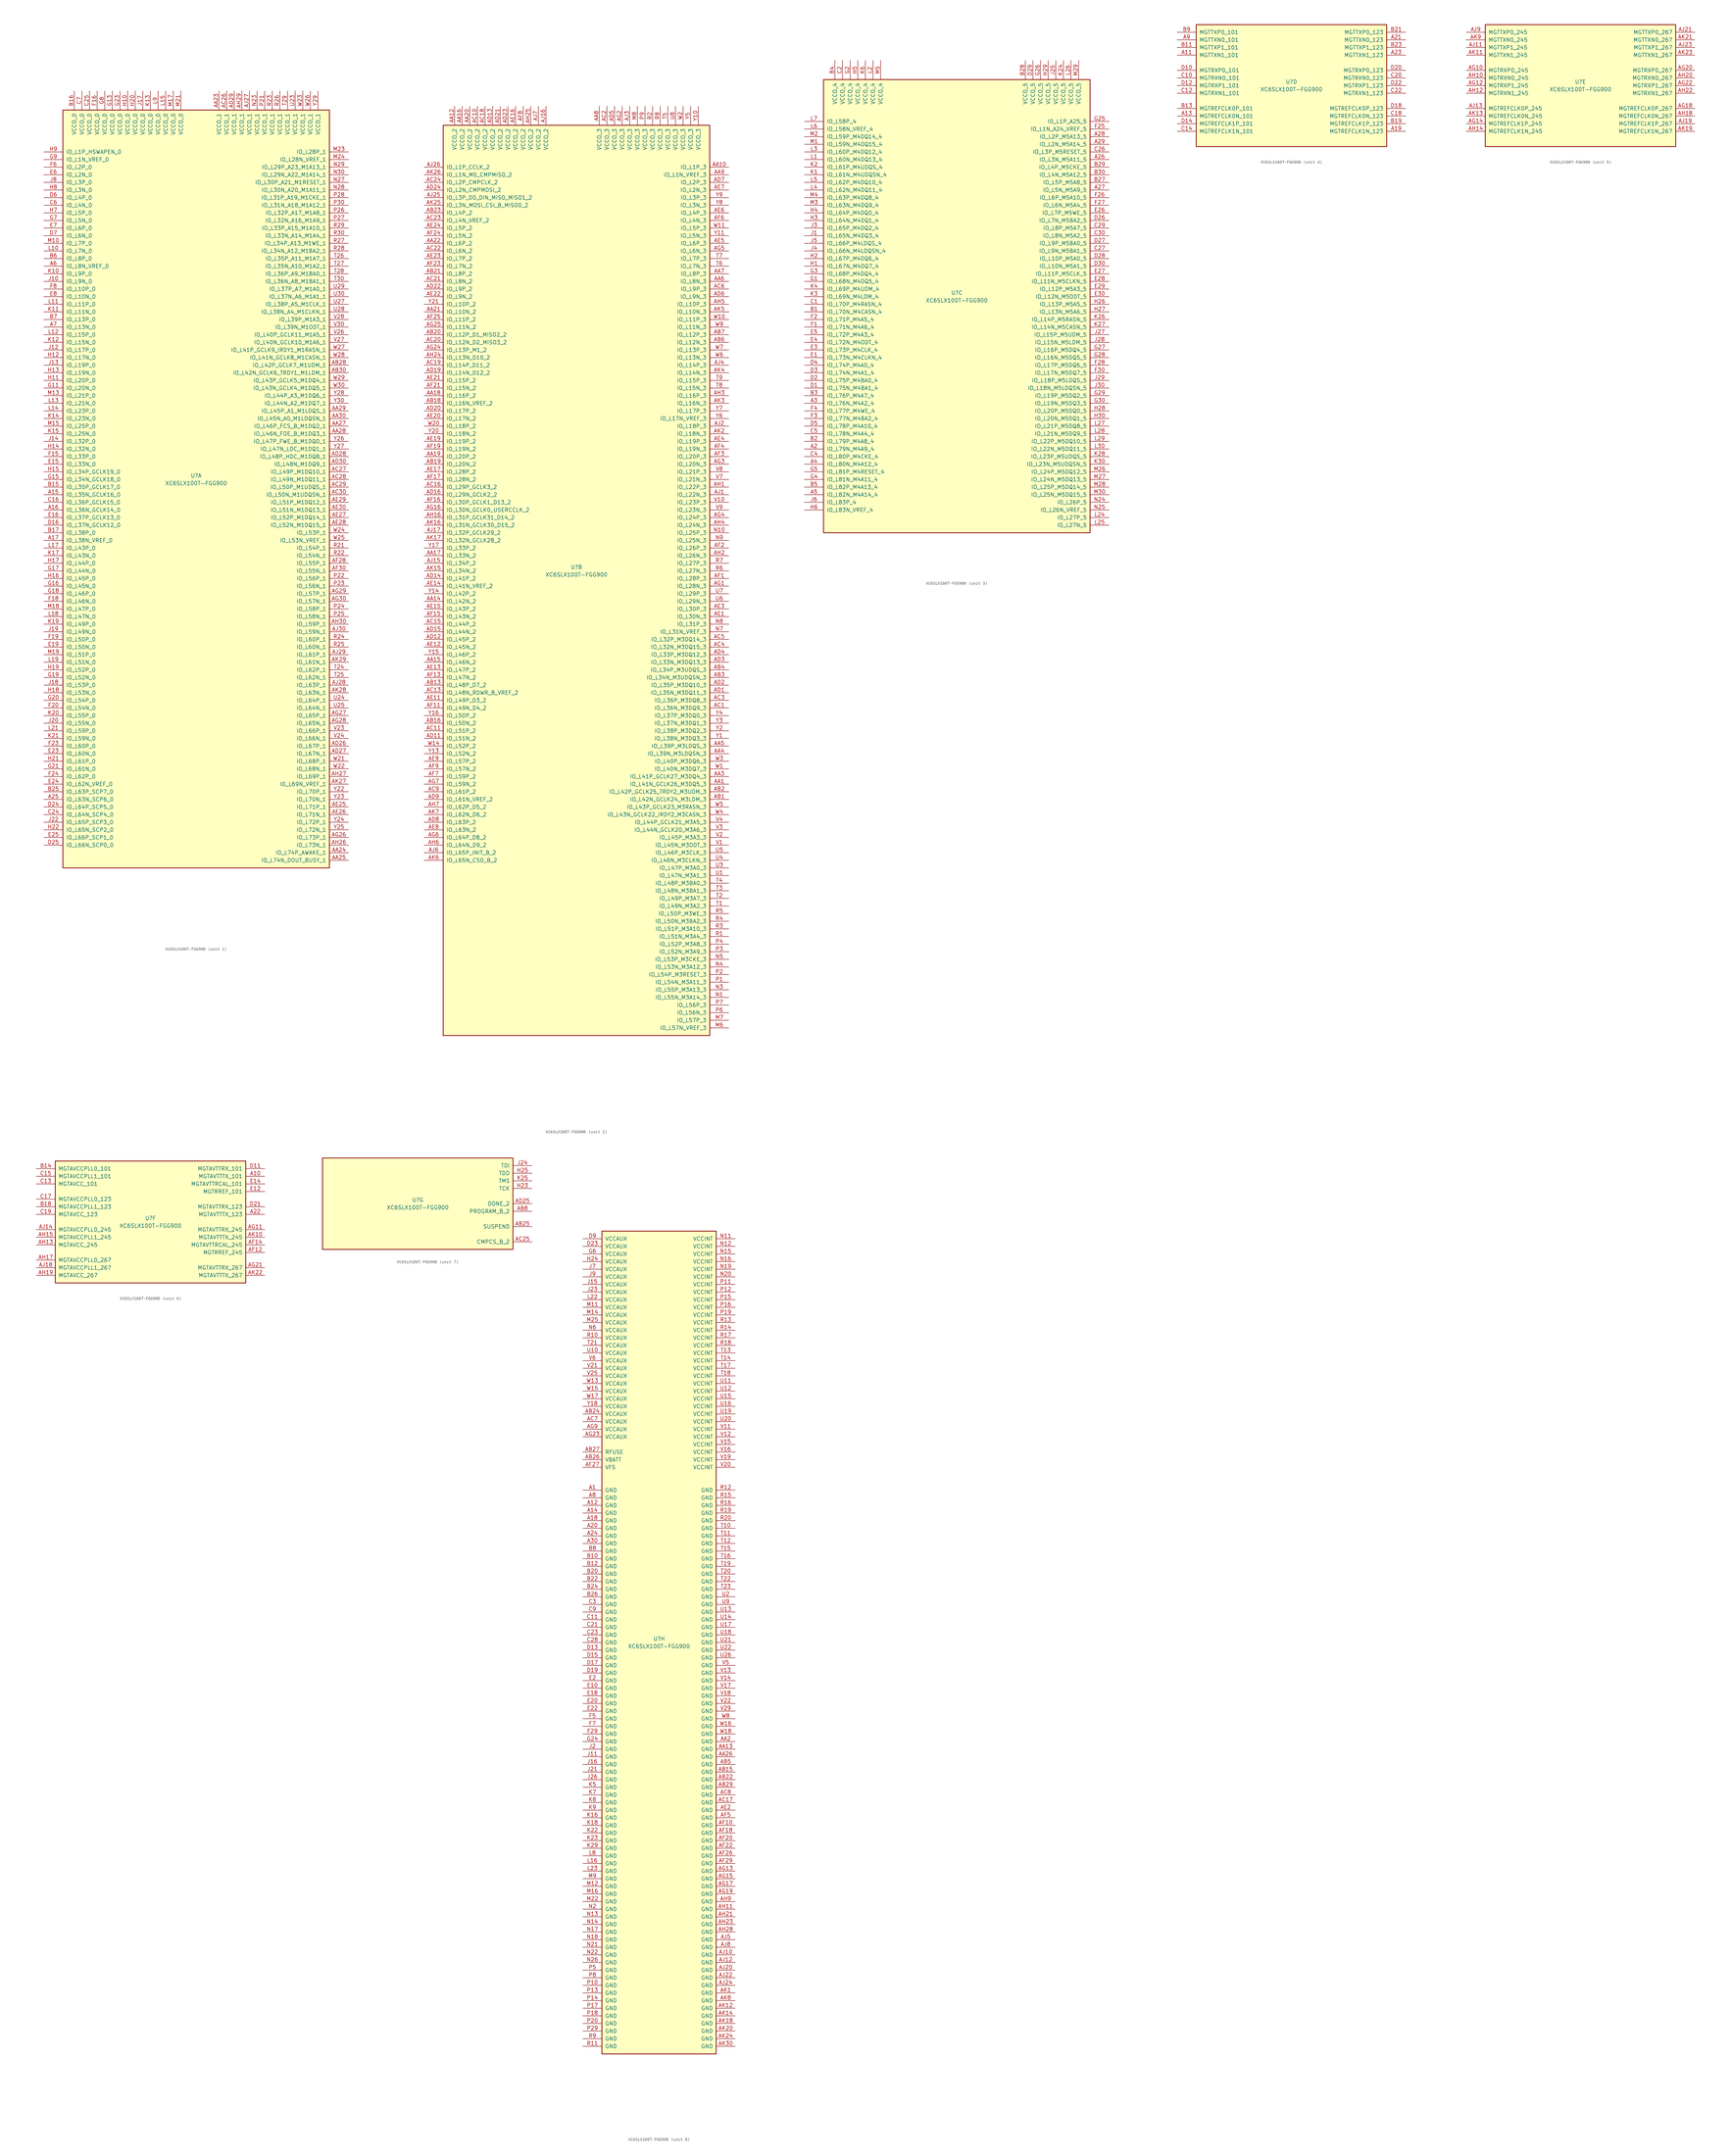
<source format=kicad_sym>
(kicad_symbol_lib
  (version 20201005)
  (generator kicad_symbol_editor)
  (symbol "XC6SLX100T-FGG900"
    (pin_names
      (offset 1.016))
    (property "Reference" "U"
      (at 0 1.27 0)
      (effects (font (size 1.27 1.27))))
    (property "Value" "XC6SLX100T-FGG900"
      (at 0 -1.27 0)
      (effects (font (size 1.27 1.27))))
    (property "Datasheet" ""
      (at 0 0 0)
      (effects (font (size 1.27 1.27))))
    (property "ki_locked" ""
      (at 0 0 0)
      (effects (font (size 1.27 1.27))))
    (symbol "XC6SLX100T-FGG900_1_1"
      (rectangle (start -44.45 123.19) (end 44.45 -129.54) (stroke (width 0.254)) (fill (type background)))
      (pin bidirectional line (at -50.8 -5.08 0) (length 6.35) (name "IO_L35N_GCLK16_0" (effects (font (size 1.27 1.27)))) (number "A15" (effects (font (size 1.27 1.27)))))
      (pin bidirectional line (at -50.8 -10.16 0) (length 6.35) (name "IO_L36N_GCLK14_0" (effects (font (size 1.27 1.27)))) (number "A16" (effects (font (size 1.27 1.27)))))
      (pin bidirectional line (at -50.8 -20.32 0) (length 6.35) (name "IO_L38N_VREF_0" (effects (font (size 1.27 1.27)))) (number "A17" (effects (font (size 1.27 1.27)))))
      (pin bidirectional line (at -50.8 -106.68 0) (length 6.35) (name "IO_L63N_SCP6_0" (effects (font (size 1.27 1.27)))) (number "A25" (effects (font (size 1.27 1.27)))))
      (pin bidirectional line (at -50.8 71.12 0) (length 6.35) (name "IO_L8N_VREF_0" (effects (font (size 1.27 1.27)))) (number "A6" (effects (font (size 1.27 1.27)))))
      (pin bidirectional line (at -50.8 50.8 0) (length 6.35) (name "IO_L13N_0" (effects (font (size 1.27 1.27)))) (number "A7" (effects (font (size 1.27 1.27)))))
      (pin power_in line (at 7.62 129.54 270) (length 6.35) (name "VCCO_1" (effects (font (size 1.27 1.27)))) (number "AA23" (effects (font (size 1.27 1.27)))))
      (pin bidirectional line (at 50.8 -124.46 180) (length 6.35) (name "IO_L74P_AWAKE_1" (effects (font (size 1.27 1.27)))) (number "AA24" (effects (font (size 1.27 1.27)))))
      (pin bidirectional line (at 50.8 -127 180) (length 6.35) (name "IO_L74N_DOUT_BUSY_1" (effects (font (size 1.27 1.27)))) (number "AA25" (effects (font (size 1.27 1.27)))))
      (pin bidirectional line (at 50.8 17.78 180) (length 6.35) (name "IO_L46P_FCS_B_M1DQ2_1" (effects (font (size 1.27 1.27)))) (number "AA27" (effects (font (size 1.27 1.27)))))
      (pin bidirectional line (at 50.8 15.24 180) (length 6.35) (name "IO_L46N_FOE_B_M1DQ3_1" (effects (font (size 1.27 1.27)))) (number "AA28" (effects (font (size 1.27 1.27)))))
      (pin bidirectional line (at 50.8 22.86 180) (length 6.35) (name "IO_L45P_A1_M1LDQS_1" (effects (font (size 1.27 1.27)))) (number "AA29" (effects (font (size 1.27 1.27)))))
      (pin bidirectional line (at 50.8 20.32 180) (length 6.35) (name "IO_L45N_A0_M1LDQSN_1" (effects (font (size 1.27 1.27)))) (number "AA30" (effects (font (size 1.27 1.27)))))
      (pin bidirectional line (at 50.8 38.1 180) (length 6.35) (name "IO_L42P_GCLK7_M1UDM_1" (effects (font (size 1.27 1.27)))) (number "AB28" (effects (font (size 1.27 1.27)))))
      (pin bidirectional line (at 50.8 35.56 180) (length 6.35) (name "IO_L42N_GCLK6_TRDY1_M1LDM_1" (effects (font (size 1.27 1.27)))) (number "AB30" (effects (font (size 1.27 1.27)))))
      (pin power_in line (at 10.16 129.54 270) (length 6.35) (name "VCCO_1" (effects (font (size 1.27 1.27)))) (number "AC26" (effects (font (size 1.27 1.27)))))
      (pin bidirectional line (at 50.8 2.54 180) (length 6.35) (name "IO_L49P_M1DQ10_1" (effects (font (size 1.27 1.27)))) (number "AC27" (effects (font (size 1.27 1.27)))))
      (pin bidirectional line (at 50.8 0 180) (length 6.35) (name "IO_L49N_M1DQ11_1" (effects (font (size 1.27 1.27)))) (number "AC28" (effects (font (size 1.27 1.27)))))
      (pin bidirectional line (at 50.8 -2.54 180) (length 6.35) (name "IO_L50P_M1UDQS_1" (effects (font (size 1.27 1.27)))) (number "AC29" (effects (font (size 1.27 1.27)))))
      (pin bidirectional line (at 50.8 -5.08 180) (length 6.35) (name "IO_L50N_M1UDQSN_1" (effects (font (size 1.27 1.27)))) (number "AC30" (effects (font (size 1.27 1.27)))))
      (pin bidirectional line (at 50.8 -88.9 180) (length 6.35) (name "IO_L67P_1" (effects (font (size 1.27 1.27)))) (number "AD26" (effects (font (size 1.27 1.27)))))
      (pin bidirectional line (at 50.8 -91.44 180) (length 6.35) (name "IO_L67N_1" (effects (font (size 1.27 1.27)))) (number "AD27" (effects (font (size 1.27 1.27)))))
      (pin bidirectional line (at 50.8 7.62 180) (length 6.35) (name "IO_L48P_HDC_M1DQ8_1" (effects (font (size 1.27 1.27)))) (number "AD28" (effects (font (size 1.27 1.27)))))
      (pin power_in line (at 12.7 129.54 270) (length 6.35) (name "VCCO_1" (effects (font (size 1.27 1.27)))) (number "AD29" (effects (font (size 1.27 1.27)))))
      (pin bidirectional line (at 50.8 5.08 180) (length 6.35) (name "IO_L48N_M1DQ9_1" (effects (font (size 1.27 1.27)))) (number "AD30" (effects (font (size 1.27 1.27)))))
      (pin bidirectional line (at 50.8 -109.22 180) (length 6.35) (name "IO_L71P_1" (effects (font (size 1.27 1.27)))) (number "AE25" (effects (font (size 1.27 1.27)))))
      (pin bidirectional line (at 50.8 -111.76 180) (length 6.35) (name "IO_L71N_1" (effects (font (size 1.27 1.27)))) (number "AE26" (effects (font (size 1.27 1.27)))))
      (pin bidirectional line (at 50.8 -12.7 180) (length 6.35) (name "IO_L52P_M1DQ14_1" (effects (font (size 1.27 1.27)))) (number "AE27" (effects (font (size 1.27 1.27)))))
      (pin bidirectional line (at 50.8 -15.24 180) (length 6.35) (name "IO_L52N_M1DQ15_1" (effects (font (size 1.27 1.27)))) (number "AE28" (effects (font (size 1.27 1.27)))))
      (pin bidirectional line (at 50.8 -7.62 180) (length 6.35) (name "IO_L51P_M1DQ12_1" (effects (font (size 1.27 1.27)))) (number "AE29" (effects (font (size 1.27 1.27)))))
      (pin bidirectional line (at 50.8 -10.16 180) (length 6.35) (name "IO_L51N_M1DQ13_1" (effects (font (size 1.27 1.27)))) (number "AE30" (effects (font (size 1.27 1.27)))))
      (pin bidirectional line (at 50.8 -27.94 180) (length 6.35) (name "IO_L55P_1" (effects (font (size 1.27 1.27)))) (number "AF28" (effects (font (size 1.27 1.27)))))
      (pin bidirectional line (at 50.8 -30.48 180) (length 6.35) (name "IO_L55N_1" (effects (font (size 1.27 1.27)))) (number "AF30" (effects (font (size 1.27 1.27)))))
      (pin bidirectional line (at 50.8 -119.38 180) (length 6.35) (name "IO_L73P_1" (effects (font (size 1.27 1.27)))) (number "AG26" (effects (font (size 1.27 1.27)))))
      (pin bidirectional line (at 50.8 -78.74 180) (length 6.35) (name "IO_L65P_1" (effects (font (size 1.27 1.27)))) (number "AG27" (effects (font (size 1.27 1.27)))))
      (pin bidirectional line (at 50.8 -81.28 180) (length 6.35) (name "IO_L65N_1" (effects (font (size 1.27 1.27)))) (number "AG28" (effects (font (size 1.27 1.27)))))
      (pin bidirectional line (at 50.8 -38.1 180) (length 6.35) (name "IO_L57P_1" (effects (font (size 1.27 1.27)))) (number "AG29" (effects (font (size 1.27 1.27)))))
      (pin bidirectional line (at 50.8 -40.64 180) (length 6.35) (name "IO_L57N_1" (effects (font (size 1.27 1.27)))) (number "AG30" (effects (font (size 1.27 1.27)))))
      (pin bidirectional line (at 50.8 -121.92 180) (length 6.35) (name "IO_L73N_1" (effects (font (size 1.27 1.27)))) (number "AH26" (effects (font (size 1.27 1.27)))))
      (pin bidirectional line (at 50.8 -99.06 180) (length 6.35) (name "IO_L69P_1" (effects (font (size 1.27 1.27)))) (number "AH27" (effects (font (size 1.27 1.27)))))
      (pin power_in line (at 15.24 129.54 270) (length 6.35) (name "VCCO_1" (effects (font (size 1.27 1.27)))) (number "AH29" (effects (font (size 1.27 1.27)))))
      (pin bidirectional line (at 50.8 -48.26 180) (length 6.35) (name "IO_L59P_1" (effects (font (size 1.27 1.27)))) (number "AH30" (effects (font (size 1.27 1.27)))))
      (pin power_in line (at 17.78 129.54 270) (length 6.35) (name "VCCO_1" (effects (font (size 1.27 1.27)))) (number "AJ27" (effects (font (size 1.27 1.27)))))
      (pin bidirectional line (at 50.8 -68.58 180) (length 6.35) (name "IO_L63P_1" (effects (font (size 1.27 1.27)))) (number "AJ28" (effects (font (size 1.27 1.27)))))
      (pin bidirectional line (at 50.8 -58.42 180) (length 6.35) (name "IO_L61P_1" (effects (font (size 1.27 1.27)))) (number "AJ29" (effects (font (size 1.27 1.27)))))
      (pin bidirectional line (at 50.8 -50.8 180) (length 6.35) (name "IO_L59N_1" (effects (font (size 1.27 1.27)))) (number "AJ30" (effects (font (size 1.27 1.27)))))
      (pin bidirectional line (at 50.8 -101.6 180) (length 6.35) (name "IO_L69N_VREF_1" (effects (font (size 1.27 1.27)))) (number "AK27" (effects (font (size 1.27 1.27)))))
      (pin bidirectional line (at 50.8 -71.12 180) (length 6.35) (name "IO_L63N_1" (effects (font (size 1.27 1.27)))) (number "AK28" (effects (font (size 1.27 1.27)))))
      (pin bidirectional line (at 50.8 -60.96 180) (length 6.35) (name "IO_L61N_1" (effects (font (size 1.27 1.27)))) (number "AK29" (effects (font (size 1.27 1.27)))))
      (pin bidirectional line (at -50.8 -2.54 0) (length 6.35) (name "IO_L35P_GCLK17_0" (effects (font (size 1.27 1.27)))) (number "B15" (effects (font (size 1.27 1.27)))))
      (pin power_in line (at -40.64 129.54 270) (length 6.35) (name "VCCO_0" (effects (font (size 1.27 1.27)))) (number "B16" (effects (font (size 1.27 1.27)))))
      (pin bidirectional line (at -50.8 -17.78 0) (length 6.35) (name "IO_L38P_0" (effects (font (size 1.27 1.27)))) (number "B17" (effects (font (size 1.27 1.27)))))
      (pin bidirectional line (at -50.8 -104.14 0) (length 6.35) (name "IO_L63P_SCP7_0" (effects (font (size 1.27 1.27)))) (number "B25" (effects (font (size 1.27 1.27)))))
      (pin bidirectional line (at -50.8 73.66 0) (length 6.35) (name "IO_L8P_0" (effects (font (size 1.27 1.27)))) (number "B6" (effects (font (size 1.27 1.27)))))
      (pin bidirectional line (at -50.8 53.34 0) (length 6.35) (name "IO_L13P_0" (effects (font (size 1.27 1.27)))) (number "B7" (effects (font (size 1.27 1.27)))))
      (pin bidirectional line (at -50.8 -7.62 0) (length 6.35) (name "IO_L36P_GCLK15_0" (effects (font (size 1.27 1.27)))) (number "C16" (effects (font (size 1.27 1.27)))))
      (pin bidirectional line (at -50.8 -111.76 0) (length 6.35) (name "IO_L64N_SCP4_0" (effects (font (size 1.27 1.27)))) (number "C24" (effects (font (size 1.27 1.27)))))
      (pin power_in line (at -35.56 129.54 270) (length 6.35) (name "VCCO_0" (effects (font (size 1.27 1.27)))) (number "C25" (effects (font (size 1.27 1.27)))))
      (pin bidirectional line (at -50.8 91.44 0) (length 6.35) (name "IO_L4N_0" (effects (font (size 1.27 1.27)))) (number "C6" (effects (font (size 1.27 1.27)))))
      (pin power_in line (at -38.1 129.54 270) (length 6.35) (name "VCCO_0" (effects (font (size 1.27 1.27)))) (number "C7" (effects (font (size 1.27 1.27)))))
      (pin bidirectional line (at -50.8 -15.24 0) (length 6.35) (name "IO_L37N_GCLK12_0" (effects (font (size 1.27 1.27)))) (number "D16" (effects (font (size 1.27 1.27)))))
      (pin bidirectional line (at -50.8 -109.22 0) (length 6.35) (name "IO_L64P_SCP5_0" (effects (font (size 1.27 1.27)))) (number "D24" (effects (font (size 1.27 1.27)))))
      (pin bidirectional line (at -50.8 -121.92 0) (length 6.35) (name "IO_L66N_SCP0_0" (effects (font (size 1.27 1.27)))) (number "D25" (effects (font (size 1.27 1.27)))))
      (pin bidirectional line (at -50.8 93.98 0) (length 6.35) (name "IO_L4P_0" (effects (font (size 1.27 1.27)))) (number "D6" (effects (font (size 1.27 1.27)))))
      (pin bidirectional line (at -50.8 81.28 0) (length 6.35) (name "IO_L6N_0" (effects (font (size 1.27 1.27)))) (number "D7" (effects (font (size 1.27 1.27)))))
      (pin bidirectional line (at -50.8 5.08 0) (length 6.35) (name "IO_L33N_0" (effects (font (size 1.27 1.27)))) (number "E15" (effects (font (size 1.27 1.27)))))
      (pin bidirectional line (at -50.8 -12.7 0) (length 6.35) (name "IO_L37P_GCLK13_0" (effects (font (size 1.27 1.27)))) (number "E16" (effects (font (size 1.27 1.27)))))
      (pin bidirectional line (at -50.8 -55.88 0) (length 6.35) (name "IO_L50N_0" (effects (font (size 1.27 1.27)))) (number "E19" (effects (font (size 1.27 1.27)))))
      (pin bidirectional line (at -50.8 -91.44 0) (length 6.35) (name "IO_L60N_0" (effects (font (size 1.27 1.27)))) (number "E23" (effects (font (size 1.27 1.27)))))
      (pin bidirectional line (at -50.8 -101.6 0) (length 6.35) (name "IO_L62N_VREF_0" (effects (font (size 1.27 1.27)))) (number "E24" (effects (font (size 1.27 1.27)))))
      (pin bidirectional line (at -50.8 -119.38 0) (length 6.35) (name "IO_L66P_SCP1_0" (effects (font (size 1.27 1.27)))) (number "E25" (effects (font (size 1.27 1.27)))))
      (pin bidirectional line (at -50.8 101.6 0) (length 6.35) (name "IO_L2N_0" (effects (font (size 1.27 1.27)))) (number "E6" (effects (font (size 1.27 1.27)))))
      (pin bidirectional line (at -50.8 83.82 0) (length 6.35) (name "IO_L6P_0" (effects (font (size 1.27 1.27)))) (number "E7" (effects (font (size 1.27 1.27)))))
      (pin bidirectional line (at -50.8 60.96 0) (length 6.35) (name "IO_L10N_0" (effects (font (size 1.27 1.27)))) (number "E8" (effects (font (size 1.27 1.27)))))
      (pin bidirectional line (at -50.8 7.62 0) (length 6.35) (name "IO_L33P_0" (effects (font (size 1.27 1.27)))) (number "F15" (effects (font (size 1.27 1.27)))))
      (pin power_in line (at -33.02 129.54 270) (length 6.35) (name "VCCO_0" (effects (font (size 1.27 1.27)))) (number "F16" (effects (font (size 1.27 1.27)))))
      (pin bidirectional line (at -50.8 -40.64 0) (length 6.35) (name "IO_L46N_0" (effects (font (size 1.27 1.27)))) (number "F18" (effects (font (size 1.27 1.27)))))
      (pin bidirectional line (at -50.8 -53.34 0) (length 6.35) (name "IO_L50P_0" (effects (font (size 1.27 1.27)))) (number "F19" (effects (font (size 1.27 1.27)))))
      (pin bidirectional line (at -50.8 -76.2 0) (length 6.35) (name "IO_L54N_0" (effects (font (size 1.27 1.27)))) (number "F20" (effects (font (size 1.27 1.27)))))
      (pin bidirectional line (at -50.8 -88.9 0) (length 6.35) (name "IO_L60P_0" (effects (font (size 1.27 1.27)))) (number "F23" (effects (font (size 1.27 1.27)))))
      (pin bidirectional line (at -50.8 -99.06 0) (length 6.35) (name "IO_L62P_0" (effects (font (size 1.27 1.27)))) (number "F24" (effects (font (size 1.27 1.27)))))
      (pin bidirectional line (at -50.8 104.14 0) (length 6.35) (name "IO_L2P_0" (effects (font (size 1.27 1.27)))) (number "F6" (effects (font (size 1.27 1.27)))))
      (pin bidirectional line (at -50.8 63.5 0) (length 6.35) (name "IO_L10P_0" (effects (font (size 1.27 1.27)))) (number "F8" (effects (font (size 1.27 1.27)))))
      (pin bidirectional line (at -50.8 30.48 0) (length 6.35) (name "IO_L20N_0" (effects (font (size 1.27 1.27)))) (number "G11" (effects (font (size 1.27 1.27)))))
      (pin power_in line (at -27.94 129.54 270) (length 6.35) (name "VCCO_0" (effects (font (size 1.27 1.27)))) (number "G13" (effects (font (size 1.27 1.27)))))
      (pin bidirectional line (at -50.8 0 0) (length 6.35) (name "IO_L34N_GCLK18_0" (effects (font (size 1.27 1.27)))) (number "G15" (effects (font (size 1.27 1.27)))))
      (pin bidirectional line (at -50.8 -35.56 0) (length 6.35) (name "IO_L45N_0" (effects (font (size 1.27 1.27)))) (number "G16" (effects (font (size 1.27 1.27)))))
      (pin bidirectional line (at -50.8 -30.48 0) (length 6.35) (name "IO_L44N_0" (effects (font (size 1.27 1.27)))) (number "G17" (effects (font (size 1.27 1.27)))))
      (pin bidirectional line (at -50.8 -38.1 0) (length 6.35) (name "IO_L46P_0" (effects (font (size 1.27 1.27)))) (number "G18" (effects (font (size 1.27 1.27)))))
      (pin bidirectional line (at -50.8 -66.04 0) (length 6.35) (name "IO_L52N_0" (effects (font (size 1.27 1.27)))) (number "G19" (effects (font (size 1.27 1.27)))))
      (pin bidirectional line (at -50.8 -73.66 0) (length 6.35) (name "IO_L54P_0" (effects (font (size 1.27 1.27)))) (number "G20" (effects (font (size 1.27 1.27)))))
      (pin bidirectional line (at -50.8 -96.52 0) (length 6.35) (name "IO_L61N_0" (effects (font (size 1.27 1.27)))) (number "G21" (effects (font (size 1.27 1.27)))))
      (pin power_in line (at -25.4 129.54 270) (length 6.35) (name "VCCO_0" (effects (font (size 1.27 1.27)))) (number "G23" (effects (font (size 1.27 1.27)))))
      (pin bidirectional line (at -50.8 86.36 0) (length 6.35) (name "IO_L5N_0" (effects (font (size 1.27 1.27)))) (number "G7" (effects (font (size 1.27 1.27)))))
      (pin power_in line (at -30.48 129.54 270) (length 6.35) (name "VCCO_0" (effects (font (size 1.27 1.27)))) (number "G8" (effects (font (size 1.27 1.27)))))
      (pin bidirectional line (at -50.8 106.68 0) (length 6.35) (name "IO_L1N_VREF_0" (effects (font (size 1.27 1.27)))) (number "G9" (effects (font (size 1.27 1.27)))))
      (pin power_in line (at -22.86 129.54 270) (length 6.35) (name "VCCO_0" (effects (font (size 1.27 1.27)))) (number "H10" (effects (font (size 1.27 1.27)))))
      (pin bidirectional line (at -50.8 33.02 0) (length 6.35) (name "IO_L20P_0" (effects (font (size 1.27 1.27)))) (number "H11" (effects (font (size 1.27 1.27)))))
      (pin bidirectional line (at -50.8 40.64 0) (length 6.35) (name "IO_L17N_0" (effects (font (size 1.27 1.27)))) (number "H12" (effects (font (size 1.27 1.27)))))
      (pin bidirectional line (at -50.8 35.56 0) (length 6.35) (name "IO_L19N_0" (effects (font (size 1.27 1.27)))) (number "H13" (effects (font (size 1.27 1.27)))))
      (pin bidirectional line (at -50.8 10.16 0) (length 6.35) (name "IO_L32N_0" (effects (font (size 1.27 1.27)))) (number "H14" (effects (font (size 1.27 1.27)))))
      (pin bidirectional line (at -50.8 2.54 0) (length 6.35) (name "IO_L34P_GCLK19_0" (effects (font (size 1.27 1.27)))) (number "H15" (effects (font (size 1.27 1.27)))))
      (pin bidirectional line (at -50.8 -33.02 0) (length 6.35) (name "IO_L45P_0" (effects (font (size 1.27 1.27)))) (number "H16" (effects (font (size 1.27 1.27)))))
      (pin bidirectional line (at -50.8 -27.94 0) (length 6.35) (name "IO_L44P_0" (effects (font (size 1.27 1.27)))) (number "H17" (effects (font (size 1.27 1.27)))))
      (pin bidirectional line (at -50.8 -71.12 0) (length 6.35) (name "IO_L53N_0" (effects (font (size 1.27 1.27)))) (number "H18" (effects (font (size 1.27 1.27)))))
      (pin bidirectional line (at -50.8 -63.5 0) (length 6.35) (name "IO_L52P_0" (effects (font (size 1.27 1.27)))) (number "H19" (effects (font (size 1.27 1.27)))))
      (pin power_in line (at -20.32 129.54 270) (length 6.35) (name "VCCO_0" (effects (font (size 1.27 1.27)))) (number "H20" (effects (font (size 1.27 1.27)))))
      (pin bidirectional line (at -50.8 -93.98 0) (length 6.35) (name "IO_L61P_0" (effects (font (size 1.27 1.27)))) (number "H21" (effects (font (size 1.27 1.27)))))
      (pin bidirectional line (at -50.8 -116.84 0) (length 6.35) (name "IO_L65N_SCP2_0" (effects (font (size 1.27 1.27)))) (number "H22" (effects (font (size 1.27 1.27)))))
      (pin bidirectional line (at -50.8 88.9 0) (length 6.35) (name "IO_L5P_0" (effects (font (size 1.27 1.27)))) (number "H7" (effects (font (size 1.27 1.27)))))
      (pin bidirectional line (at -50.8 96.52 0) (length 6.35) (name "IO_L3N_0" (effects (font (size 1.27 1.27)))) (number "H8" (effects (font (size 1.27 1.27)))))
      (pin bidirectional line (at -50.8 109.22 0) (length 6.35) (name "IO_L1P_HSWAPEN_0" (effects (font (size 1.27 1.27)))) (number "H9" (effects (font (size 1.27 1.27)))))
      (pin bidirectional line (at -50.8 66.04 0) (length 6.35) (name "IO_L9N_0" (effects (font (size 1.27 1.27)))) (number "J10" (effects (font (size 1.27 1.27)))))
      (pin bidirectional line (at -50.8 43.18 0) (length 6.35) (name "IO_L17P_0" (effects (font (size 1.27 1.27)))) (number "J12" (effects (font (size 1.27 1.27)))))
      (pin bidirectional line (at -50.8 38.1 0) (length 6.35) (name "IO_L19P_0" (effects (font (size 1.27 1.27)))) (number "J13" (effects (font (size 1.27 1.27)))))
      (pin bidirectional line (at -50.8 12.7 0) (length 6.35) (name "IO_L32P_0" (effects (font (size 1.27 1.27)))) (number "J14" (effects (font (size 1.27 1.27)))))
      (pin power_in line (at -17.78 129.54 270) (length 6.35) (name "VCCO_0" (effects (font (size 1.27 1.27)))) (number "J17" (effects (font (size 1.27 1.27)))))
      (pin bidirectional line (at -50.8 -68.58 0) (length 6.35) (name "IO_L53P_0" (effects (font (size 1.27 1.27)))) (number "J18" (effects (font (size 1.27 1.27)))))
      (pin bidirectional line (at -50.8 -50.8 0) (length 6.35) (name "IO_L49N_0" (effects (font (size 1.27 1.27)))) (number "J19" (effects (font (size 1.27 1.27)))))
      (pin bidirectional line (at -50.8 -81.28 0) (length 6.35) (name "IO_L55N_0" (effects (font (size 1.27 1.27)))) (number "J20" (effects (font (size 1.27 1.27)))))
      (pin bidirectional line (at -50.8 -114.3 0) (length 6.35) (name "IO_L65P_SCP3_0" (effects (font (size 1.27 1.27)))) (number "J22" (effects (font (size 1.27 1.27)))))
      (pin bidirectional line (at -50.8 99.06 0) (length 6.35) (name "IO_L3P_0" (effects (font (size 1.27 1.27)))) (number "J8" (effects (font (size 1.27 1.27)))))
      (pin bidirectional line (at -50.8 68.58 0) (length 6.35) (name "IO_L9P_0" (effects (font (size 1.27 1.27)))) (number "K10" (effects (font (size 1.27 1.27)))))
      (pin bidirectional line (at -50.8 55.88 0) (length 6.35) (name "IO_L11N_0" (effects (font (size 1.27 1.27)))) (number "K11" (effects (font (size 1.27 1.27)))))
      (pin bidirectional line (at -50.8 45.72 0) (length 6.35) (name "IO_L15N_0" (effects (font (size 1.27 1.27)))) (number "K12" (effects (font (size 1.27 1.27)))))
      (pin power_in line (at -15.24 129.54 270) (length 6.35) (name "VCCO_0" (effects (font (size 1.27 1.27)))) (number "K13" (effects (font (size 1.27 1.27)))))
      (pin bidirectional line (at -50.8 20.32 0) (length 6.35) (name "IO_L23N_0" (effects (font (size 1.27 1.27)))) (number "K14" (effects (font (size 1.27 1.27)))))
      (pin bidirectional line (at -50.8 15.24 0) (length 6.35) (name "IO_L25N_0" (effects (font (size 1.27 1.27)))) (number "K15" (effects (font (size 1.27 1.27)))))
      (pin bidirectional line (at -50.8 -25.4 0) (length 6.35) (name "IO_L43N_0" (effects (font (size 1.27 1.27)))) (number "K17" (effects (font (size 1.27 1.27)))))
      (pin bidirectional line (at -50.8 -48.26 0) (length 6.35) (name "IO_L49P_0" (effects (font (size 1.27 1.27)))) (number "K19" (effects (font (size 1.27 1.27)))))
      (pin bidirectional line (at -50.8 -78.74 0) (length 6.35) (name "IO_L55P_0" (effects (font (size 1.27 1.27)))) (number "K20" (effects (font (size 1.27 1.27)))))
      (pin bidirectional line (at -50.8 -86.36 0) (length 6.35) (name "IO_L59N_0" (effects (font (size 1.27 1.27)))) (number "K21" (effects (font (size 1.27 1.27)))))
      (pin bidirectional line (at -50.8 76.2 0) (length 6.35) (name "IO_L7N_0" (effects (font (size 1.27 1.27)))) (number "L10" (effects (font (size 1.27 1.27)))))
      (pin bidirectional line (at -50.8 58.42 0) (length 6.35) (name "IO_L11P_0" (effects (font (size 1.27 1.27)))) (number "L11" (effects (font (size 1.27 1.27)))))
      (pin bidirectional line (at -50.8 48.26 0) (length 6.35) (name "IO_L15P_0" (effects (font (size 1.27 1.27)))) (number "L12" (effects (font (size 1.27 1.27)))))
      (pin bidirectional line (at -50.8 25.4 0) (length 6.35) (name "IO_L21N_0" (effects (font (size 1.27 1.27)))) (number "L13" (effects (font (size 1.27 1.27)))))
      (pin bidirectional line (at -50.8 22.86 0) (length 6.35) (name "IO_L23P_0" (effects (font (size 1.27 1.27)))) (number "L14" (effects (font (size 1.27 1.27)))))
      (pin power_in line (at -10.16 129.54 270) (length 6.35) (name "VCCO_0" (effects (font (size 1.27 1.27)))) (number "L15" (effects (font (size 1.27 1.27)))))
      (pin bidirectional line (at -50.8 -22.86 0) (length 6.35) (name "IO_L43P_0" (effects (font (size 1.27 1.27)))) (number "L17" (effects (font (size 1.27 1.27)))))
      (pin bidirectional line (at -50.8 -45.72 0) (length 6.35) (name "IO_L47N_0" (effects (font (size 1.27 1.27)))) (number "L18" (effects (font (size 1.27 1.27)))))
      (pin bidirectional line (at -50.8 -60.96 0) (length 6.35) (name "IO_L51N_0" (effects (font (size 1.27 1.27)))) (number "L19" (effects (font (size 1.27 1.27)))))
      (pin bidirectional line (at -50.8 -83.82 0) (length 6.35) (name "IO_L59P_0" (effects (font (size 1.27 1.27)))) (number "L21" (effects (font (size 1.27 1.27)))))
      (pin power_in line (at -12.7 129.54 270) (length 6.35) (name "VCCO_0" (effects (font (size 1.27 1.27)))) (number "L9" (effects (font (size 1.27 1.27)))))
      (pin bidirectional line (at -50.8 78.74 0) (length 6.35) (name "IO_L7P_0" (effects (font (size 1.27 1.27)))) (number "M10" (effects (font (size 1.27 1.27)))))
      (pin bidirectional line (at -50.8 27.94 0) (length 6.35) (name "IO_L21P_0" (effects (font (size 1.27 1.27)))) (number "M13" (effects (font (size 1.27 1.27)))))
      (pin bidirectional line (at -50.8 17.78 0) (length 6.35) (name "IO_L25P_0" (effects (font (size 1.27 1.27)))) (number "M15" (effects (font (size 1.27 1.27)))))
      (pin power_in line (at -7.62 129.54 270) (length 6.35) (name "VCCO_0" (effects (font (size 1.27 1.27)))) (number "M17" (effects (font (size 1.27 1.27)))))
      (pin bidirectional line (at -50.8 -43.18 0) (length 6.35) (name "IO_L47P_0" (effects (font (size 1.27 1.27)))) (number "M18" (effects (font (size 1.27 1.27)))))
      (pin bidirectional line (at -50.8 -58.42 0) (length 6.35) (name "IO_L51P_0" (effects (font (size 1.27 1.27)))) (number "M19" (effects (font (size 1.27 1.27)))))
      (pin power_in line (at -5.08 129.54 270) (length 6.35) (name "VCCO_0" (effects (font (size 1.27 1.27)))) (number "M21" (effects (font (size 1.27 1.27)))))
      (pin bidirectional line (at 50.8 109.22 180) (length 6.35) (name "IO_L28P_1" (effects (font (size 1.27 1.27)))) (number "M23" (effects (font (size 1.27 1.27)))))
      (pin bidirectional line (at 50.8 106.68 180) (length 6.35) (name "IO_L28N_VREF_1" (effects (font (size 1.27 1.27)))) (number "M24" (effects (font (size 1.27 1.27)))))
      (pin power_in line (at 20.32 129.54 270) (length 6.35) (name "VCCO_1" (effects (font (size 1.27 1.27)))) (number "N23" (effects (font (size 1.27 1.27)))))
      (pin bidirectional line (at 50.8 99.06 180) (length 6.35) (name "IO_L30P_A21_M1RESET_1" (effects (font (size 1.27 1.27)))) (number "N27" (effects (font (size 1.27 1.27)))))
      (pin bidirectional line (at 50.8 96.52 180) (length 6.35) (name "IO_L30N_A20_M1A11_1" (effects (font (size 1.27 1.27)))) (number "N28" (effects (font (size 1.27 1.27)))))
      (pin bidirectional line (at 50.8 104.14 180) (length 6.35) (name "IO_L29P_A23_M1A13_1" (effects (font (size 1.27 1.27)))) (number "N29" (effects (font (size 1.27 1.27)))))
      (pin bidirectional line (at 50.8 101.6 180) (length 6.35) (name "IO_L29N_A22_M1A14_1" (effects (font (size 1.27 1.27)))) (number "N30" (effects (font (size 1.27 1.27)))))
      (pin power_in line (at 22.86 129.54 270) (length 6.35) (name "VCCO_1" (effects (font (size 1.27 1.27)))) (number "P21" (effects (font (size 1.27 1.27)))))
      (pin bidirectional line (at 50.8 -33.02 180) (length 6.35) (name "IO_L56P_1" (effects (font (size 1.27 1.27)))) (number "P22" (effects (font (size 1.27 1.27)))))
      (pin bidirectional line (at 50.8 -35.56 180) (length 6.35) (name "IO_L56N_1" (effects (font (size 1.27 1.27)))) (number "P23" (effects (font (size 1.27 1.27)))))
      (pin bidirectional line (at 50.8 -43.18 180) (length 6.35) (name "IO_L58P_1" (effects (font (size 1.27 1.27)))) (number "P24" (effects (font (size 1.27 1.27)))))
      (pin bidirectional line (at 50.8 -45.72 180) (length 6.35) (name "IO_L58N_1" (effects (font (size 1.27 1.27)))) (number "P25" (effects (font (size 1.27 1.27)))))
      (pin bidirectional line (at 50.8 88.9 180) (length 6.35) (name "IO_L32P_A17_M1A8_1" (effects (font (size 1.27 1.27)))) (number "P26" (effects (font (size 1.27 1.27)))))
      (pin bidirectional line (at 50.8 86.36 180) (length 6.35) (name "IO_L32N_A16_M1A9_1" (effects (font (size 1.27 1.27)))) (number "P27" (effects (font (size 1.27 1.27)))))
      (pin bidirectional line (at 50.8 93.98 180) (length 6.35) (name "IO_L31P_A19_M1CKE_1" (effects (font (size 1.27 1.27)))) (number "P28" (effects (font (size 1.27 1.27)))))
      (pin bidirectional line (at 50.8 91.44 180) (length 6.35) (name "IO_L31N_A18_M1A12_1" (effects (font (size 1.27 1.27)))) (number "P30" (effects (font (size 1.27 1.27)))))
      (pin bidirectional line (at 50.8 -22.86 180) (length 6.35) (name "IO_L54P_1" (effects (font (size 1.27 1.27)))) (number "R21" (effects (font (size 1.27 1.27)))))
      (pin bidirectional line (at 50.8 -25.4 180) (length 6.35) (name "IO_L54N_1" (effects (font (size 1.27 1.27)))) (number "R22" (effects (font (size 1.27 1.27)))))
      (pin power_in line (at 25.4 129.54 270) (length 6.35) (name "VCCO_1" (effects (font (size 1.27 1.27)))) (number "R23" (effects (font (size 1.27 1.27)))))
      (pin bidirectional line (at 50.8 -53.34 180) (length 6.35) (name "IO_L60P_1" (effects (font (size 1.27 1.27)))) (number "R24" (effects (font (size 1.27 1.27)))))
      (pin bidirectional line (at 50.8 -55.88 180) (length 6.35) (name "IO_L60N_1" (effects (font (size 1.27 1.27)))) (number "R25" (effects (font (size 1.27 1.27)))))
      (pin power_in line (at 27.94 129.54 270) (length 6.35) (name "VCCO_1" (effects (font (size 1.27 1.27)))) (number "R26" (effects (font (size 1.27 1.27)))))
      (pin bidirectional line (at 50.8 78.74 180) (length 6.35) (name "IO_L34P_A13_M1WE_1" (effects (font (size 1.27 1.27)))) (number "R27" (effects (font (size 1.27 1.27)))))
      (pin bidirectional line (at 50.8 76.2 180) (length 6.35) (name "IO_L34N_A12_M1BA2_1" (effects (font (size 1.27 1.27)))) (number "R28" (effects (font (size 1.27 1.27)))))
      (pin bidirectional line (at 50.8 83.82 180) (length 6.35) (name "IO_L33P_A15_M1A10_1" (effects (font (size 1.27 1.27)))) (number "R29" (effects (font (size 1.27 1.27)))))
      (pin bidirectional line (at 50.8 81.28 180) (length 6.35) (name "IO_L33N_A14_M1A4_1" (effects (font (size 1.27 1.27)))) (number "R30" (effects (font (size 1.27 1.27)))))
      (pin bidirectional line (at 50.8 -63.5 180) (length 6.35) (name "IO_L62P_1" (effects (font (size 1.27 1.27)))) (number "T24" (effects (font (size 1.27 1.27)))))
      (pin bidirectional line (at 50.8 -66.04 180) (length 6.35) (name "IO_L62N_1" (effects (font (size 1.27 1.27)))) (number "T25" (effects (font (size 1.27 1.27)))))
      (pin bidirectional line (at 50.8 73.66 180) (length 6.35) (name "IO_L35P_A11_M1A7_1" (effects (font (size 1.27 1.27)))) (number "T26" (effects (font (size 1.27 1.27)))))
      (pin bidirectional line (at 50.8 71.12 180) (length 6.35) (name "IO_L35N_A10_M1A2_1" (effects (font (size 1.27 1.27)))) (number "T27" (effects (font (size 1.27 1.27)))))
      (pin bidirectional line (at 50.8 68.58 180) (length 6.35) (name "IO_L36P_A9_M1BA0_1" (effects (font (size 1.27 1.27)))) (number "T28" (effects (font (size 1.27 1.27)))))
      (pin power_in line (at 30.48 129.54 270) (length 6.35) (name "VCCO_1" (effects (font (size 1.27 1.27)))) (number "T29" (effects (font (size 1.27 1.27)))))
      (pin bidirectional line (at 50.8 66.04 180) (length 6.35) (name "IO_L36N_A8_M1BA1_1" (effects (font (size 1.27 1.27)))) (number "T30" (effects (font (size 1.27 1.27)))))
      (pin power_in line (at 33.02 129.54 270) (length 6.35) (name "VCCO_1" (effects (font (size 1.27 1.27)))) (number "U23" (effects (font (size 1.27 1.27)))))
      (pin bidirectional line (at 50.8 -73.66 180) (length 6.35) (name "IO_L64P_1" (effects (font (size 1.27 1.27)))) (number "U24" (effects (font (size 1.27 1.27)))))
      (pin bidirectional line (at 50.8 -76.2 180) (length 6.35) (name "IO_L64N_1" (effects (font (size 1.27 1.27)))) (number "U25" (effects (font (size 1.27 1.27)))))
      (pin bidirectional line (at 50.8 58.42 180) (length 6.35) (name "IO_L38P_A5_M1CLK_1" (effects (font (size 1.27 1.27)))) (number "U27" (effects (font (size 1.27 1.27)))))
      (pin bidirectional line (at 50.8 55.88 180) (length 6.35) (name "IO_L38N_A4_M1CLKN_1" (effects (font (size 1.27 1.27)))) (number "U28" (effects (font (size 1.27 1.27)))))
      (pin bidirectional line (at 50.8 63.5 180) (length 6.35) (name "IO_L37P_A7_M1A0_1" (effects (font (size 1.27 1.27)))) (number "U29" (effects (font (size 1.27 1.27)))))
      (pin bidirectional line (at 50.8 60.96 180) (length 6.35) (name "IO_L37N_A6_M1A1_1" (effects (font (size 1.27 1.27)))) (number "U30" (effects (font (size 1.27 1.27)))))
      (pin bidirectional line (at 50.8 -83.82 180) (length 6.35) (name "IO_L66P_1" (effects (font (size 1.27 1.27)))) (number "V23" (effects (font (size 1.27 1.27)))))
      (pin bidirectional line (at 50.8 -86.36 180) (length 6.35) (name "IO_L66N_1" (effects (font (size 1.27 1.27)))) (number "V24" (effects (font (size 1.27 1.27)))))
      (pin bidirectional line (at 50.8 48.26 180) (length 6.35) (name "IO_L40P_GCLK11_M1A5_1" (effects (font (size 1.27 1.27)))) (number "V26" (effects (font (size 1.27 1.27)))))
      (pin bidirectional line (at 50.8 45.72 180) (length 6.35) (name "IO_L40N_GCLK10_M1A6_1" (effects (font (size 1.27 1.27)))) (number "V27" (effects (font (size 1.27 1.27)))))
      (pin bidirectional line (at 50.8 53.34 180) (length 6.35) (name "IO_L39P_M1A3_1" (effects (font (size 1.27 1.27)))) (number "V28" (effects (font (size 1.27 1.27)))))
      (pin bidirectional line (at 50.8 50.8 180) (length 6.35) (name "IO_L39N_M1ODT_1" (effects (font (size 1.27 1.27)))) (number "V30" (effects (font (size 1.27 1.27)))))
      (pin bidirectional line (at 50.8 -93.98 180) (length 6.35) (name "IO_L68P_1" (effects (font (size 1.27 1.27)))) (number "W21" (effects (font (size 1.27 1.27)))))
      (pin bidirectional line (at 50.8 -96.52 180) (length 6.35) (name "IO_L68N_1" (effects (font (size 1.27 1.27)))) (number "W22" (effects (font (size 1.27 1.27)))))
      (pin power_in line (at 35.56 129.54 270) (length 6.35) (name "VCCO_1" (effects (font (size 1.27 1.27)))) (number "W23" (effects (font (size 1.27 1.27)))))
      (pin bidirectional line (at 50.8 -17.78 180) (length 6.35) (name "IO_L53P_1" (effects (font (size 1.27 1.27)))) (number "W24" (effects (font (size 1.27 1.27)))))
      (pin bidirectional line (at 50.8 -20.32 180) (length 6.35) (name "IO_L53N_VREF_1" (effects (font (size 1.27 1.27)))) (number "W25" (effects (font (size 1.27 1.27)))))
      (pin power_in line (at 38.1 129.54 270) (length 6.35) (name "VCCO_1" (effects (font (size 1.27 1.27)))) (number "W26" (effects (font (size 1.27 1.27)))))
      (pin bidirectional line (at 50.8 43.18 180) (length 6.35) (name "IO_L41P_GCLK9_IRDY1_M1RASN_1" (effects (font (size 1.27 1.27)))) (number "W27" (effects (font (size 1.27 1.27)))))
      (pin bidirectional line (at 50.8 40.64 180) (length 6.35) (name "IO_L41N_GCLK8_M1CASN_1" (effects (font (size 1.27 1.27)))) (number "W28" (effects (font (size 1.27 1.27)))))
      (pin bidirectional line (at 50.8 33.02 180) (length 6.35) (name "IO_L43P_GCLK5_M1DQ4_1" (effects (font (size 1.27 1.27)))) (number "W29" (effects (font (size 1.27 1.27)))))
      (pin bidirectional line (at 50.8 30.48 180) (length 6.35) (name "IO_L43N_GCLK4_M1DQ5_1" (effects (font (size 1.27 1.27)))) (number "W30" (effects (font (size 1.27 1.27)))))
      (pin bidirectional line (at 50.8 -104.14 180) (length 6.35) (name "IO_L70P_1" (effects (font (size 1.27 1.27)))) (number "Y22" (effects (font (size 1.27 1.27)))))
      (pin bidirectional line (at 50.8 -106.68 180) (length 6.35) (name "IO_L70N_1" (effects (font (size 1.27 1.27)))) (number "Y23" (effects (font (size 1.27 1.27)))))
      (pin bidirectional line (at 50.8 -114.3 180) (length 6.35) (name "IO_L72P_1" (effects (font (size 1.27 1.27)))) (number "Y24" (effects (font (size 1.27 1.27)))))
      (pin bidirectional line (at 50.8 -116.84 180) (length 6.35) (name "IO_L72N_1" (effects (font (size 1.27 1.27)))) (number "Y25" (effects (font (size 1.27 1.27)))))
      (pin bidirectional line (at 50.8 12.7 180) (length 6.35) (name "IO_L47P_FWE_B_M1DQ0_1" (effects (font (size 1.27 1.27)))) (number "Y26" (effects (font (size 1.27 1.27)))))
      (pin bidirectional line (at 50.8 10.16 180) (length 6.35) (name "IO_L47N_LDC_M1DQ1_1" (effects (font (size 1.27 1.27)))) (number "Y27" (effects (font (size 1.27 1.27)))))
      (pin bidirectional line (at 50.8 27.94 180) (length 6.35) (name "IO_L44P_A3_M1DQ6_1" (effects (font (size 1.27 1.27)))) (number "Y28" (effects (font (size 1.27 1.27)))))
      (pin power_in line (at 40.64 129.54 270) (length 6.35) (name "VCCO_1" (effects (font (size 1.27 1.27)))) (number "Y29" (effects (font (size 1.27 1.27)))))
      (pin bidirectional line (at 50.8 25.4 180) (length 6.35) (name "IO_L44N_A2_M1DQ7_1" (effects (font (size 1.27 1.27)))) (number "Y30" (effects (font (size 1.27 1.27))))))
    (symbol "XC6SLX100T-FGG900_2_1"
      (rectangle (start -44.45 148.59) (end 44.45 -154.94) (stroke (width 0.254)) (fill (type background)))
      (pin bidirectional line (at 50.8 -71.12 180) (length 6.35) (name "IO_L41N_GCLK26_M3DQ5_3" (effects (font (size 1.27 1.27)))) (number "AA1" (effects (font (size 1.27 1.27)))))
      (pin bidirectional line (at 50.8 134.62 180) (length 6.35) (name "IO_L1P_3" (effects (font (size 1.27 1.27)))) (number "AA10" (effects (font (size 1.27 1.27)))))
      (pin power_in line (at -40.64 154.94 270) (length 6.35) (name "VCCO_2" (effects (font (size 1.27 1.27)))) (number "AA12" (effects (font (size 1.27 1.27)))))
      (pin bidirectional line (at -50.8 -10.16 0) (length 6.35) (name "IO_L42N_2" (effects (font (size 1.27 1.27)))) (number "AA14" (effects (font (size 1.27 1.27)))))
      (pin bidirectional line (at -50.8 -30.48 0) (length 6.35) (name "IO_L46N_2" (effects (font (size 1.27 1.27)))) (number "AA15" (effects (font (size 1.27 1.27)))))
      (pin power_in line (at -38.1 154.94 270) (length 6.35) (name "VCCO_2" (effects (font (size 1.27 1.27)))) (number "AA16" (effects (font (size 1.27 1.27)))))
      (pin bidirectional line (at -50.8 5.08 0) (length 6.35) (name "IO_L33N_2" (effects (font (size 1.27 1.27)))) (number "AA17" (effects (font (size 1.27 1.27)))))
      (pin bidirectional line (at -50.8 58.42 0) (length 6.35) (name "IO_L16P_2" (effects (font (size 1.27 1.27)))) (number "AA18" (effects (font (size 1.27 1.27)))))
      (pin bidirectional line (at -50.8 38.1 0) (length 6.35) (name "IO_L20P_2" (effects (font (size 1.27 1.27)))) (number "AA19" (effects (font (size 1.27 1.27)))))
      (pin power_in line (at -35.56 154.94 270) (length 6.35) (name "VCCO_2" (effects (font (size 1.27 1.27)))) (number "AA20" (effects (font (size 1.27 1.27)))))
      (pin bidirectional line (at -50.8 86.36 0) (length 6.35) (name "IO_L10N_2" (effects (font (size 1.27 1.27)))) (number "AA21" (effects (font (size 1.27 1.27)))))
      (pin bidirectional line (at -50.8 109.22 0) (length 6.35) (name "IO_L6P_2" (effects (font (size 1.27 1.27)))) (number "AA22" (effects (font (size 1.27 1.27)))))
      (pin bidirectional line (at 50.8 -68.58 180) (length 6.35) (name "IO_L41P_GCLK27_M3DQ4_3" (effects (font (size 1.27 1.27)))) (number "AA3" (effects (font (size 1.27 1.27)))))
      (pin bidirectional line (at 50.8 -60.96 180) (length 6.35) (name "IO_L39N_M3LDQSN_3" (effects (font (size 1.27 1.27)))) (number "AA4" (effects (font (size 1.27 1.27)))))
      (pin bidirectional line (at 50.8 -58.42 180) (length 6.35) (name "IO_L39P_M3LDQS_3" (effects (font (size 1.27 1.27)))) (number "AA5" (effects (font (size 1.27 1.27)))))
      (pin bidirectional line (at 50.8 96.52 180) (length 6.35) (name "IO_L8N_3" (effects (font (size 1.27 1.27)))) (number "AA6" (effects (font (size 1.27 1.27)))))
      (pin bidirectional line (at 50.8 99.06 180) (length 6.35) (name "IO_L8P_3" (effects (font (size 1.27 1.27)))) (number "AA7" (effects (font (size 1.27 1.27)))))
      (pin power_in line (at 7.62 154.94 270) (length 6.35) (name "VCCO_3" (effects (font (size 1.27 1.27)))) (number "AA8" (effects (font (size 1.27 1.27)))))
      (pin bidirectional line (at 50.8 132.08 180) (length 6.35) (name "IO_L1N_VREF_3" (effects (font (size 1.27 1.27)))) (number "AA9" (effects (font (size 1.27 1.27)))))
      (pin bidirectional line (at 50.8 -76.2 180) (length 6.35) (name "IO_L42N_GCLK24_M3LDM_3" (effects (font (size 1.27 1.27)))) (number "AB1" (effects (font (size 1.27 1.27)))))
      (pin bidirectional line (at -50.8 -38.1 0) (length 6.35) (name "IO_L48P_D7_2" (effects (font (size 1.27 1.27)))) (number "AB13" (effects (font (size 1.27 1.27)))))
      (pin bidirectional line (at -50.8 -50.8 0) (length 6.35) (name "IO_L50N_2" (effects (font (size 1.27 1.27)))) (number "AB16" (effects (font (size 1.27 1.27)))))
      (pin bidirectional line (at -50.8 55.88 0) (length 6.35) (name "IO_L16N_VREF_2" (effects (font (size 1.27 1.27)))) (number "AB18" (effects (font (size 1.27 1.27)))))
      (pin bidirectional line (at -50.8 35.56 0) (length 6.35) (name "IO_L20N_2" (effects (font (size 1.27 1.27)))) (number "AB19" (effects (font (size 1.27 1.27)))))
      (pin bidirectional line (at 50.8 -73.66 180) (length 6.35) (name "IO_L42P_GCLK25_TRDY2_M3UDM_3" (effects (font (size 1.27 1.27)))) (number "AB2" (effects (font (size 1.27 1.27)))))
      (pin bidirectional line (at -50.8 78.74 0) (length 6.35) (name "IO_L12P_D1_MISO2_2" (effects (font (size 1.27 1.27)))) (number "AB20" (effects (font (size 1.27 1.27)))))
      (pin bidirectional line (at -50.8 99.06 0) (length 6.35) (name "IO_L8P_2" (effects (font (size 1.27 1.27)))) (number "AB21" (effects (font (size 1.27 1.27)))))
      (pin bidirectional line (at -50.8 119.38 0) (length 6.35) (name "IO_L4P_2" (effects (font (size 1.27 1.27)))) (number "AB23" (effects (font (size 1.27 1.27)))))
      (pin bidirectional line (at 50.8 -35.56 180) (length 6.35) (name "IO_L34N_M3UDQSN_3" (effects (font (size 1.27 1.27)))) (number "AB3" (effects (font (size 1.27 1.27)))))
      (pin bidirectional line (at 50.8 -33.02 180) (length 6.35) (name "IO_L34P_M3UDQS_3" (effects (font (size 1.27 1.27)))) (number "AB4" (effects (font (size 1.27 1.27)))))
      (pin bidirectional line (at 50.8 76.2 180) (length 6.35) (name "IO_L12N_3" (effects (font (size 1.27 1.27)))) (number "AB6" (effects (font (size 1.27 1.27)))))
      (pin bidirectional line (at 50.8 78.74 180) (length 6.35) (name "IO_L12P_3" (effects (font (size 1.27 1.27)))) (number "AB7" (effects (font (size 1.27 1.27)))))
      (pin bidirectional line (at 50.8 -45.72 180) (length 6.35) (name "IO_L36N_M3DQ9_3" (effects (font (size 1.27 1.27)))) (number "AC1" (effects (font (size 1.27 1.27)))))
      (pin power_in line (at -33.02 154.94 270) (length 6.35) (name "VCCO_2" (effects (font (size 1.27 1.27)))) (number "AC10" (effects (font (size 1.27 1.27)))))
      (pin bidirectional line (at -50.8 -53.34 0) (length 6.35) (name "IO_L51P_2" (effects (font (size 1.27 1.27)))) (number "AC11" (effects (font (size 1.27 1.27)))))
      (pin bidirectional line (at -50.8 -40.64 0) (length 6.35) (name "IO_L48N_RDWR_B_VREF_2" (effects (font (size 1.27 1.27)))) (number "AC13" (effects (font (size 1.27 1.27)))))
      (pin bidirectional line (at -50.8 -17.78 0) (length 6.35) (name "IO_L44P_2" (effects (font (size 1.27 1.27)))) (number "AC15" (effects (font (size 1.27 1.27)))))
      (pin bidirectional line (at -50.8 27.94 0) (length 6.35) (name "IO_L29P_GCLK3_2" (effects (font (size 1.27 1.27)))) (number "AC16" (effects (font (size 1.27 1.27)))))
      (pin power_in line (at -30.48 154.94 270) (length 6.35) (name "VCCO_2" (effects (font (size 1.27 1.27)))) (number "AC18" (effects (font (size 1.27 1.27)))))
      (pin bidirectional line (at -50.8 68.58 0) (length 6.35) (name "IO_L14P_D11_2" (effects (font (size 1.27 1.27)))) (number "AC19" (effects (font (size 1.27 1.27)))))
      (pin power_in line (at 10.16 154.94 270) (length 6.35) (name "VCCO_3" (effects (font (size 1.27 1.27)))) (number "AC2" (effects (font (size 1.27 1.27)))))
      (pin bidirectional line (at -50.8 76.2 0) (length 6.35) (name "IO_L12N_D2_MISO3_2" (effects (font (size 1.27 1.27)))) (number "AC20" (effects (font (size 1.27 1.27)))))
      (pin bidirectional line (at -50.8 96.52 0) (length 6.35) (name "IO_L8N_2" (effects (font (size 1.27 1.27)))) (number "AC21" (effects (font (size 1.27 1.27)))))
      (pin bidirectional line (at -50.8 106.68 0) (length 6.35) (name "IO_L6N_2" (effects (font (size 1.27 1.27)))) (number "AC22" (effects (font (size 1.27 1.27)))))
      (pin bidirectional line (at -50.8 116.84 0) (length 6.35) (name "IO_L4N_VREF_2" (effects (font (size 1.27 1.27)))) (number "AC23" (effects (font (size 1.27 1.27)))))
      (pin bidirectional line (at -50.8 129.54 0) (length 6.35) (name "IO_L2P_CMPCLK_2" (effects (font (size 1.27 1.27)))) (number "AC24" (effects (font (size 1.27 1.27)))))
      (pin bidirectional line (at 50.8 -43.18 180) (length 6.35) (name "IO_L36P_M3DQ8_3" (effects (font (size 1.27 1.27)))) (number "AC3" (effects (font (size 1.27 1.27)))))
      (pin bidirectional line (at 50.8 -25.4 180) (length 6.35) (name "IO_L32N_M3DQ15_3" (effects (font (size 1.27 1.27)))) (number "AC4" (effects (font (size 1.27 1.27)))))
      (pin bidirectional line (at 50.8 -22.86 180) (length 6.35) (name "IO_L32P_M3DQ14_3" (effects (font (size 1.27 1.27)))) (number "AC5" (effects (font (size 1.27 1.27)))))
      (pin bidirectional line (at 50.8 93.98 180) (length 6.35) (name "IO_L9P_3" (effects (font (size 1.27 1.27)))) (number "AC6" (effects (font (size 1.27 1.27)))))
      (pin bidirectional line (at -50.8 -73.66 0) (length 6.35) (name "IO_L61P_2" (effects (font (size 1.27 1.27)))) (number "AC9" (effects (font (size 1.27 1.27)))))
      (pin bidirectional line (at 50.8 -40.64 180) (length 6.35) (name "IO_L35N_M3DQ11_3" (effects (font (size 1.27 1.27)))) (number "AD1" (effects (font (size 1.27 1.27)))))
      (pin bidirectional line (at -50.8 -55.88 0) (length 6.35) (name "IO_L51N_2" (effects (font (size 1.27 1.27)))) (number "AD11" (effects (font (size 1.27 1.27)))))
      (pin bidirectional line (at -50.8 -22.86 0) (length 6.35) (name "IO_L45P_2" (effects (font (size 1.27 1.27)))) (number "AD12" (effects (font (size 1.27 1.27)))))
      (pin power_in line (at -27.94 154.94 270) (length 6.35) (name "VCCO_2" (effects (font (size 1.27 1.27)))) (number "AD13" (effects (font (size 1.27 1.27)))))
      (pin bidirectional line (at -50.8 -2.54 0) (length 6.35) (name "IO_L41P_2" (effects (font (size 1.27 1.27)))) (number "AD14" (effects (font (size 1.27 1.27)))))
      (pin bidirectional line (at -50.8 -20.32 0) (length 6.35) (name "IO_L44N_2" (effects (font (size 1.27 1.27)))) (number "AD15" (effects (font (size 1.27 1.27)))))
      (pin bidirectional line (at -50.8 25.4 0) (length 6.35) (name "IO_L29N_GCLK2_2" (effects (font (size 1.27 1.27)))) (number "AD16" (effects (font (size 1.27 1.27)))))
      (pin bidirectional line (at -50.8 66.04 0) (length 6.35) (name "IO_L14N_D12_2" (effects (font (size 1.27 1.27)))) (number "AD19" (effects (font (size 1.27 1.27)))))
      (pin bidirectional line (at 50.8 -38.1 180) (length 6.35) (name "IO_L35P_M3DQ10_3" (effects (font (size 1.27 1.27)))) (number "AD2" (effects (font (size 1.27 1.27)))))
      (pin bidirectional line (at -50.8 53.34 0) (length 6.35) (name "IO_L17P_2" (effects (font (size 1.27 1.27)))) (number "AD20" (effects (font (size 1.27 1.27)))))
      (pin power_in line (at -25.4 154.94 270) (length 6.35) (name "VCCO_2" (effects (font (size 1.27 1.27)))) (number "AD21" (effects (font (size 1.27 1.27)))))
      (pin bidirectional line (at -50.8 93.98 0) (length 6.35) (name "IO_L9P_2" (effects (font (size 1.27 1.27)))) (number "AD22" (effects (font (size 1.27 1.27)))))
      (pin power_in line (at -22.86 154.94 270) (length 6.35) (name "VCCO_2" (effects (font (size 1.27 1.27)))) (number "AD23" (effects (font (size 1.27 1.27)))))
      (pin bidirectional line (at -50.8 127 0) (length 6.35) (name "IO_L2N_CMPMOSI_2" (effects (font (size 1.27 1.27)))) (number "AD24" (effects (font (size 1.27 1.27)))))
      (pin bidirectional line (at 50.8 -30.48 180) (length 6.35) (name "IO_L33N_M3DQ13_3" (effects (font (size 1.27 1.27)))) (number "AD3" (effects (font (size 1.27 1.27)))))
      (pin bidirectional line (at 50.8 -27.94 180) (length 6.35) (name "IO_L33P_M3DQ12_3" (effects (font (size 1.27 1.27)))) (number "AD4" (effects (font (size 1.27 1.27)))))
      (pin power_in line (at 12.7 154.94 270) (length 6.35) (name "VCCO_3" (effects (font (size 1.27 1.27)))) (number "AD5" (effects (font (size 1.27 1.27)))))
      (pin bidirectional line (at 50.8 91.44 180) (length 6.35) (name "IO_L9N_3" (effects (font (size 1.27 1.27)))) (number "AD6" (effects (font (size 1.27 1.27)))))
      (pin bidirectional line (at 50.8 129.54 180) (length 6.35) (name "IO_L2P_3" (effects (font (size 1.27 1.27)))) (number "AD7" (effects (font (size 1.27 1.27)))))
      (pin bidirectional line (at -50.8 -83.82 0) (length 6.35) (name "IO_L63P_2" (effects (font (size 1.27 1.27)))) (number "AD8" (effects (font (size 1.27 1.27)))))
      (pin bidirectional line (at -50.8 -76.2 0) (length 6.35) (name "IO_L61N_VREF_2" (effects (font (size 1.27 1.27)))) (number "AD9" (effects (font (size 1.27 1.27)))))
      (pin bidirectional line (at 50.8 -15.24 180) (length 6.35) (name "IO_L30N_3" (effects (font (size 1.27 1.27)))) (number "AE1" (effects (font (size 1.27 1.27)))))
      (pin bidirectional line (at -50.8 -43.18 0) (length 6.35) (name "IO_L49P_D3_2" (effects (font (size 1.27 1.27)))) (number "AE11" (effects (font (size 1.27 1.27)))))
      (pin bidirectional line (at -50.8 -25.4 0) (length 6.35) (name "IO_L45N_2" (effects (font (size 1.27 1.27)))) (number "AE12" (effects (font (size 1.27 1.27)))))
      (pin bidirectional line (at -50.8 -33.02 0) (length 6.35) (name "IO_L47P_2" (effects (font (size 1.27 1.27)))) (number "AE13" (effects (font (size 1.27 1.27)))))
      (pin bidirectional line (at -50.8 -5.08 0) (length 6.35) (name "IO_L41N_VREF_2" (effects (font (size 1.27 1.27)))) (number "AE14" (effects (font (size 1.27 1.27)))))
      (pin bidirectional line (at -50.8 -12.7 0) (length 6.35) (name "IO_L43P_2" (effects (font (size 1.27 1.27)))) (number "AE15" (effects (font (size 1.27 1.27)))))
      (pin power_in line (at -20.32 154.94 270) (length 6.35) (name "VCCO_2" (effects (font (size 1.27 1.27)))) (number "AE16" (effects (font (size 1.27 1.27)))))
      (pin bidirectional line (at -50.8 33.02 0) (length 6.35) (name "IO_L28P_2" (effects (font (size 1.27 1.27)))) (number "AE17" (effects (font (size 1.27 1.27)))))
      (pin bidirectional line (at -50.8 43.18 0) (length 6.35) (name "IO_L19P_2" (effects (font (size 1.27 1.27)))) (number "AE19" (effects (font (size 1.27 1.27)))))
      (pin bidirectional line (at -50.8 50.8 0) (length 6.35) (name "IO_L17N_2" (effects (font (size 1.27 1.27)))) (number "AE20" (effects (font (size 1.27 1.27)))))
      (pin bidirectional line (at -50.8 63.5 0) (length 6.35) (name "IO_L15P_2" (effects (font (size 1.27 1.27)))) (number "AE21" (effects (font (size 1.27 1.27)))))
      (pin bidirectional line (at -50.8 91.44 0) (length 6.35) (name "IO_L9N_2" (effects (font (size 1.27 1.27)))) (number "AE22" (effects (font (size 1.27 1.27)))))
      (pin bidirectional line (at -50.8 104.14 0) (length 6.35) (name "IO_L7P_2" (effects (font (size 1.27 1.27)))) (number "AE23" (effects (font (size 1.27 1.27)))))
      (pin bidirectional line (at -50.8 114.3 0) (length 6.35) (name "IO_L5P_2" (effects (font (size 1.27 1.27)))) (number "AE24" (effects (font (size 1.27 1.27)))))
      (pin bidirectional line (at 50.8 -12.7 180) (length 6.35) (name "IO_L30P_3" (effects (font (size 1.27 1.27)))) (number "AE3" (effects (font (size 1.27 1.27)))))
      (pin bidirectional line (at 50.8 43.18 180) (length 6.35) (name "IO_L19P_3" (effects (font (size 1.27 1.27)))) (number "AE4" (effects (font (size 1.27 1.27)))))
      (pin bidirectional line (at 50.8 109.22 180) (length 6.35) (name "IO_L6P_3" (effects (font (size 1.27 1.27)))) (number "AE5" (effects (font (size 1.27 1.27)))))
      (pin bidirectional line (at 50.8 119.38 180) (length 6.35) (name "IO_L4P_3" (effects (font (size 1.27 1.27)))) (number "AE6" (effects (font (size 1.27 1.27)))))
      (pin bidirectional line (at 50.8 127 180) (length 6.35) (name "IO_L2N_3" (effects (font (size 1.27 1.27)))) (number "AE7" (effects (font (size 1.27 1.27)))))
      (pin bidirectional line (at -50.8 -86.36 0) (length 6.35) (name "IO_L63N_2" (effects (font (size 1.27 1.27)))) (number "AE8" (effects (font (size 1.27 1.27)))))
      (pin bidirectional line (at -50.8 -63.5 0) (length 6.35) (name "IO_L57P_2" (effects (font (size 1.27 1.27)))) (number "AE9" (effects (font (size 1.27 1.27)))))
      (pin bidirectional line (at 50.8 -2.54 180) (length 6.35) (name "IO_L28P_3" (effects (font (size 1.27 1.27)))) (number "AF1" (effects (font (size 1.27 1.27)))))
      (pin bidirectional line (at -50.8 -45.72 0) (length 6.35) (name "IO_L49N_D4_2" (effects (font (size 1.27 1.27)))) (number "AF11" (effects (font (size 1.27 1.27)))))
      (pin bidirectional line (at -50.8 -35.56 0) (length 6.35) (name "IO_L47N_2" (effects (font (size 1.27 1.27)))) (number "AF13" (effects (font (size 1.27 1.27)))))
      (pin bidirectional line (at -50.8 -15.24 0) (length 6.35) (name "IO_L43N_2" (effects (font (size 1.27 1.27)))) (number "AF15" (effects (font (size 1.27 1.27)))))
      (pin bidirectional line (at -50.8 22.86 0) (length 6.35) (name "IO_L30P_GCLK1_D13_2" (effects (font (size 1.27 1.27)))) (number "AF16" (effects (font (size 1.27 1.27)))))
      (pin bidirectional line (at -50.8 30.48 0) (length 6.35) (name "IO_L28N_2" (effects (font (size 1.27 1.27)))) (number "AF17" (effects (font (size 1.27 1.27)))))
      (pin bidirectional line (at -50.8 40.64 0) (length 6.35) (name "IO_L19N_2" (effects (font (size 1.27 1.27)))) (number "AF19" (effects (font (size 1.27 1.27)))))
      (pin bidirectional line (at 50.8 7.62 180) (length 6.35) (name "IO_L26P_3" (effects (font (size 1.27 1.27)))) (number "AF2" (effects (font (size 1.27 1.27)))))
      (pin bidirectional line (at -50.8 60.96 0) (length 6.35) (name "IO_L15N_2" (effects (font (size 1.27 1.27)))) (number "AF21" (effects (font (size 1.27 1.27)))))
      (pin bidirectional line (at -50.8 101.6 0) (length 6.35) (name "IO_L7N_2" (effects (font (size 1.27 1.27)))) (number "AF23" (effects (font (size 1.27 1.27)))))
      (pin bidirectional line (at -50.8 111.76 0) (length 6.35) (name "IO_L5N_2" (effects (font (size 1.27 1.27)))) (number "AF24" (effects (font (size 1.27 1.27)))))
      (pin bidirectional line (at -50.8 83.82 0) (length 6.35) (name "IO_L11P_2" (effects (font (size 1.27 1.27)))) (number "AF25" (effects (font (size 1.27 1.27)))))
      (pin bidirectional line (at 50.8 38.1 180) (length 6.35) (name "IO_L20P_3" (effects (font (size 1.27 1.27)))) (number "AF3" (effects (font (size 1.27 1.27)))))
      (pin bidirectional line (at 50.8 40.64 180) (length 6.35) (name "IO_L19N_3" (effects (font (size 1.27 1.27)))) (number "AF4" (effects (font (size 1.27 1.27)))))
      (pin bidirectional line (at 50.8 116.84 180) (length 6.35) (name "IO_L4N_3" (effects (font (size 1.27 1.27)))) (number "AF6" (effects (font (size 1.27 1.27)))))
      (pin bidirectional line (at -50.8 -68.58 0) (length 6.35) (name "IO_L59P_2" (effects (font (size 1.27 1.27)))) (number "AF7" (effects (font (size 1.27 1.27)))))
      (pin power_in line (at -17.78 154.94 270) (length 6.35) (name "VCCO_2" (effects (font (size 1.27 1.27)))) (number "AF8" (effects (font (size 1.27 1.27)))))
      (pin bidirectional line (at -50.8 -66.04 0) (length 6.35) (name "IO_L57N_2" (effects (font (size 1.27 1.27)))) (number "AF9" (effects (font (size 1.27 1.27)))))
      (pin bidirectional line (at 50.8 -5.08 180) (length 6.35) (name "IO_L28N_3" (effects (font (size 1.27 1.27)))) (number "AG1" (effects (font (size 1.27 1.27)))))
      (pin bidirectional line (at -50.8 20.32 0) (length 6.35) (name "IO_L30N_GCLK0_USERCCLK_2" (effects (font (size 1.27 1.27)))) (number "AG16" (effects (font (size 1.27 1.27)))))
      (pin power_in line (at 15.24 154.94 270) (length 6.35) (name "VCCO_3" (effects (font (size 1.27 1.27)))) (number "AG2" (effects (font (size 1.27 1.27)))))
      (pin bidirectional line (at -50.8 73.66 0) (length 6.35) (name "IO_L13P_M1_2" (effects (font (size 1.27 1.27)))) (number "AG24" (effects (font (size 1.27 1.27)))))
      (pin bidirectional line (at -50.8 81.28 0) (length 6.35) (name "IO_L11N_2" (effects (font (size 1.27 1.27)))) (number "AG25" (effects (font (size 1.27 1.27)))))
      (pin bidirectional line (at 50.8 35.56 180) (length 6.35) (name "IO_L20N_3" (effects (font (size 1.27 1.27)))) (number "AG3" (effects (font (size 1.27 1.27)))))
      (pin bidirectional line (at 50.8 17.78 180) (length 6.35) (name "IO_L24P_3" (effects (font (size 1.27 1.27)))) (number "AG4" (effects (font (size 1.27 1.27)))))
      (pin bidirectional line (at 50.8 106.68 180) (length 6.35) (name "IO_L6N_3" (effects (font (size 1.27 1.27)))) (number "AG5" (effects (font (size 1.27 1.27)))))
      (pin bidirectional line (at -50.8 -88.9 0) (length 6.35) (name "IO_L64P_D8_2" (effects (font (size 1.27 1.27)))) (number "AG6" (effects (font (size 1.27 1.27)))))
      (pin bidirectional line (at -50.8 -71.12 0) (length 6.35) (name "IO_L59N_2" (effects (font (size 1.27 1.27)))) (number "AG7" (effects (font (size 1.27 1.27)))))
      (pin bidirectional line (at 50.8 27.94 180) (length 6.35) (name "IO_L22P_3" (effects (font (size 1.27 1.27)))) (number "AH1" (effects (font (size 1.27 1.27)))))
      (pin bidirectional line (at -50.8 17.78 0) (length 6.35) (name "IO_L31P_GCLK31_D14_2" (effects (font (size 1.27 1.27)))) (number "AH16" (effects (font (size 1.27 1.27)))))
      (pin bidirectional line (at 50.8 5.08 180) (length 6.35) (name "IO_L26N_3" (effects (font (size 1.27 1.27)))) (number "AH2" (effects (font (size 1.27 1.27)))))
      (pin bidirectional line (at -50.8 71.12 0) (length 6.35) (name "IO_L13N_D10_2" (effects (font (size 1.27 1.27)))) (number "AH24" (effects (font (size 1.27 1.27)))))
      (pin power_in line (at -15.24 154.94 270) (length 6.35) (name "VCCO_2" (effects (font (size 1.27 1.27)))) (number "AH25" (effects (font (size 1.27 1.27)))))
      (pin bidirectional line (at 50.8 58.42 180) (length 6.35) (name "IO_L16P_3" (effects (font (size 1.27 1.27)))) (number "AH3" (effects (font (size 1.27 1.27)))))
      (pin bidirectional line (at 50.8 15.24 180) (length 6.35) (name "IO_L24N_3" (effects (font (size 1.27 1.27)))) (number "AH4" (effects (font (size 1.27 1.27)))))
      (pin bidirectional line (at 50.8 88.9 180) (length 6.35) (name "IO_L10P_3" (effects (font (size 1.27 1.27)))) (number "AH5" (effects (font (size 1.27 1.27)))))
      (pin bidirectional line (at -50.8 -91.44 0) (length 6.35) (name "IO_L64N_D9_2" (effects (font (size 1.27 1.27)))) (number "AH6" (effects (font (size 1.27 1.27)))))
      (pin bidirectional line (at -50.8 -78.74 0) (length 6.35) (name "IO_L62P_D5_2" (effects (font (size 1.27 1.27)))) (number "AH7" (effects (font (size 1.27 1.27)))))
      (pin bidirectional line (at 50.8 25.4 180) (length 6.35) (name "IO_L22N_3" (effects (font (size 1.27 1.27)))) (number "AJ1" (effects (font (size 1.27 1.27)))))
      (pin bidirectional line (at -50.8 2.54 0) (length 6.35) (name "IO_L34P_2" (effects (font (size 1.27 1.27)))) (number "AJ15" (effects (font (size 1.27 1.27)))))
      (pin power_in line (at -10.16 154.94 270) (length 6.35) (name "VCCO_2" (effects (font (size 1.27 1.27)))) (number "AJ16" (effects (font (size 1.27 1.27)))))
      (pin bidirectional line (at -50.8 12.7 0) (length 6.35) (name "IO_L32P_GCLK29_2" (effects (font (size 1.27 1.27)))) (number "AJ17" (effects (font (size 1.27 1.27)))))
      (pin bidirectional line (at 50.8 48.26 180) (length 6.35) (name "IO_L18P_3" (effects (font (size 1.27 1.27)))) (number "AJ2" (effects (font (size 1.27 1.27)))))
      (pin bidirectional line (at -50.8 124.46 0) (length 6.35) (name "IO_L3P_D0_DIN_MISO_MISO1_2" (effects (font (size 1.27 1.27)))) (number "AJ25" (effects (font (size 1.27 1.27)))))
      (pin bidirectional line (at -50.8 134.62 0) (length 6.35) (name "IO_L1P_CCLK_2" (effects (font (size 1.27 1.27)))) (number "AJ26" (effects (font (size 1.27 1.27)))))
      (pin power_in line (at 17.78 154.94 270) (length 6.35) (name "VCCO_3" (effects (font (size 1.27 1.27)))) (number "AJ3" (effects (font (size 1.27 1.27)))))
      (pin bidirectional line (at 50.8 68.58 180) (length 6.35) (name "IO_L14P_3" (effects (font (size 1.27 1.27)))) (number "AJ4" (effects (font (size 1.27 1.27)))))
      (pin bidirectional line (at -50.8 -93.98 0) (length 6.35) (name "IO_L65P_INIT_B_2" (effects (font (size 1.27 1.27)))) (number "AJ6" (effects (font (size 1.27 1.27)))))
      (pin power_in line (at -12.7 154.94 270) (length 6.35) (name "VCCO_2" (effects (font (size 1.27 1.27)))) (number "AJ7" (effects (font (size 1.27 1.27)))))
      (pin bidirectional line (at -50.8 0 0) (length 6.35) (name "IO_L34N_2" (effects (font (size 1.27 1.27)))) (number "AK15" (effects (font (size 1.27 1.27)))))
      (pin bidirectional line (at -50.8 15.24 0) (length 6.35) (name "IO_L31N_GCLK30_D15_2" (effects (font (size 1.27 1.27)))) (number "AK16" (effects (font (size 1.27 1.27)))))
      (pin bidirectional line (at -50.8 10.16 0) (length 6.35) (name "IO_L32N_GCLK28_2" (effects (font (size 1.27 1.27)))) (number "AK17" (effects (font (size 1.27 1.27)))))
      (pin bidirectional line (at 50.8 45.72 180) (length 6.35) (name "IO_L18N_3" (effects (font (size 1.27 1.27)))) (number "AK2" (effects (font (size 1.27 1.27)))))
      (pin bidirectional line (at -50.8 121.92 0) (length 6.35) (name "IO_L3N_MOSI_CSI_B_MISO0_2" (effects (font (size 1.27 1.27)))) (number "AK25" (effects (font (size 1.27 1.27)))))
      (pin bidirectional line (at -50.8 132.08 0) (length 6.35) (name "IO_L1N_M0_CMPMISO_2" (effects (font (size 1.27 1.27)))) (number "AK26" (effects (font (size 1.27 1.27)))))
      (pin bidirectional line (at 50.8 55.88 180) (length 6.35) (name "IO_L16N_3" (effects (font (size 1.27 1.27)))) (number "AK3" (effects (font (size 1.27 1.27)))))
      (pin bidirectional line (at 50.8 66.04 180) (length 6.35) (name "IO_L14N_3" (effects (font (size 1.27 1.27)))) (number "AK4" (effects (font (size 1.27 1.27)))))
      (pin bidirectional line (at 50.8 86.36 180) (length 6.35) (name "IO_L10N_3" (effects (font (size 1.27 1.27)))) (number "AK5" (effects (font (size 1.27 1.27)))))
      (pin bidirectional line (at -50.8 -96.52 0) (length 6.35) (name "IO_L65N_CSO_B_2" (effects (font (size 1.27 1.27)))) (number "AK6" (effects (font (size 1.27 1.27)))))
      (pin bidirectional line (at -50.8 -81.28 0) (length 6.35) (name "IO_L62N_D6_2" (effects (font (size 1.27 1.27)))) (number "AK7" (effects (font (size 1.27 1.27)))))
      (pin bidirectional line (at 50.8 -152.4 180) (length 6.35) (name "IO_L57N_VREF_3" (effects (font (size 1.27 1.27)))) (number "M6" (effects (font (size 1.27 1.27)))))
      (pin bidirectional line (at 50.8 -149.86 180) (length 6.35) (name "IO_L57P_3" (effects (font (size 1.27 1.27)))) (number "M7" (effects (font (size 1.27 1.27)))))
      (pin power_in line (at 20.32 154.94 270) (length 6.35) (name "VCCO_3" (effects (font (size 1.27 1.27)))) (number "M8" (effects (font (size 1.27 1.27)))))
      (pin bidirectional line (at 50.8 -142.24 180) (length 6.35) (name "IO_L55N_M3A14_3" (effects (font (size 1.27 1.27)))) (number "N1" (effects (font (size 1.27 1.27)))))
      (pin bidirectional line (at 50.8 12.7 180) (length 6.35) (name "IO_L25P_3" (effects (font (size 1.27 1.27)))) (number "N10" (effects (font (size 1.27 1.27)))))
      (pin bidirectional line (at 50.8 -139.7 180) (length 6.35) (name "IO_L55P_M3A13_3" (effects (font (size 1.27 1.27)))) (number "N3" (effects (font (size 1.27 1.27)))))
      (pin bidirectional line (at 50.8 -132.08 180) (length 6.35) (name "IO_L53N_M3A12_3" (effects (font (size 1.27 1.27)))) (number "N4" (effects (font (size 1.27 1.27)))))
      (pin bidirectional line (at 50.8 -129.54 180) (length 6.35) (name "IO_L53P_M3CKE_3" (effects (font (size 1.27 1.27)))) (number "N5" (effects (font (size 1.27 1.27)))))
      (pin bidirectional line (at 50.8 -20.32 180) (length 6.35) (name "IO_L31N_VREF_3" (effects (font (size 1.27 1.27)))) (number "N7" (effects (font (size 1.27 1.27)))))
      (pin bidirectional line (at 50.8 -17.78 180) (length 6.35) (name "IO_L31P_3" (effects (font (size 1.27 1.27)))) (number "N8" (effects (font (size 1.27 1.27)))))
      (pin bidirectional line (at 50.8 10.16 180) (length 6.35) (name "IO_L25N_3" (effects (font (size 1.27 1.27)))) (number "N9" (effects (font (size 1.27 1.27)))))
      (pin bidirectional line (at 50.8 -137.16 180) (length 6.35) (name "IO_L54N_M3A11_3" (effects (font (size 1.27 1.27)))) (number "P1" (effects (font (size 1.27 1.27)))))
      (pin bidirectional line (at 50.8 -134.62 180) (length 6.35) (name "IO_L54P_M3RESET_3" (effects (font (size 1.27 1.27)))) (number "P2" (effects (font (size 1.27 1.27)))))
      (pin bidirectional line (at 50.8 -127 180) (length 6.35) (name "IO_L52N_M3A9_3" (effects (font (size 1.27 1.27)))) (number "P3" (effects (font (size 1.27 1.27)))))
      (pin bidirectional line (at 50.8 -124.46 180) (length 6.35) (name "IO_L52P_M3A8_3" (effects (font (size 1.27 1.27)))) (number "P4" (effects (font (size 1.27 1.27)))))
      (pin bidirectional line (at 50.8 -147.32 180) (length 6.35) (name "IO_L56N_3" (effects (font (size 1.27 1.27)))) (number "P6" (effects (font (size 1.27 1.27)))))
      (pin bidirectional line (at 50.8 -144.78 180) (length 6.35) (name "IO_L56P_3" (effects (font (size 1.27 1.27)))) (number "P7" (effects (font (size 1.27 1.27)))))
      (pin power_in line (at 22.86 154.94 270) (length 6.35) (name "VCCO_3" (effects (font (size 1.27 1.27)))) (number "P9" (effects (font (size 1.27 1.27)))))
      (pin bidirectional line (at 50.8 -121.92 180) (length 6.35) (name "IO_L51N_M3A4_3" (effects (font (size 1.27 1.27)))) (number "R1" (effects (font (size 1.27 1.27)))))
      (pin power_in line (at 25.4 154.94 270) (length 6.35) (name "VCCO_3" (effects (font (size 1.27 1.27)))) (number "R2" (effects (font (size 1.27 1.27)))))
      (pin bidirectional line (at 50.8 -119.38 180) (length 6.35) (name "IO_L51P_M3A10_3" (effects (font (size 1.27 1.27)))) (number "R3" (effects (font (size 1.27 1.27)))))
      (pin bidirectional line (at 50.8 -116.84 180) (length 6.35) (name "IO_L50N_M3BA2_3" (effects (font (size 1.27 1.27)))) (number "R4" (effects (font (size 1.27 1.27)))))
      (pin bidirectional line (at 50.8 -114.3 180) (length 6.35) (name "IO_L50P_M3WE_3" (effects (font (size 1.27 1.27)))) (number "R5" (effects (font (size 1.27 1.27)))))
      (pin bidirectional line (at 50.8 0 180) (length 6.35) (name "IO_L27N_3" (effects (font (size 1.27 1.27)))) (number "R6" (effects (font (size 1.27 1.27)))))
      (pin bidirectional line (at 50.8 2.54 180) (length 6.35) (name "IO_L27P_3" (effects (font (size 1.27 1.27)))) (number "R7" (effects (font (size 1.27 1.27)))))
      (pin power_in line (at 27.94 154.94 270) (length 6.35) (name "VCCO_3" (effects (font (size 1.27 1.27)))) (number "R8" (effects (font (size 1.27 1.27)))))
      (pin bidirectional line (at 50.8 -111.76 180) (length 6.35) (name "IO_L49N_M3A2_3" (effects (font (size 1.27 1.27)))) (number "T1" (effects (font (size 1.27 1.27)))))
      (pin bidirectional line (at 50.8 -109.22 180) (length 6.35) (name "IO_L49P_M3A7_3" (effects (font (size 1.27 1.27)))) (number "T2" (effects (font (size 1.27 1.27)))))
      (pin bidirectional line (at 50.8 -106.68 180) (length 6.35) (name "IO_L48N_M3BA1_3" (effects (font (size 1.27 1.27)))) (number "T3" (effects (font (size 1.27 1.27)))))
      (pin bidirectional line (at 50.8 -104.14 180) (length 6.35) (name "IO_L48P_M3BA0_3" (effects (font (size 1.27 1.27)))) (number "T4" (effects (font (size 1.27 1.27)))))
      (pin power_in line (at 30.48 154.94 270) (length 6.35) (name "VCCO_3" (effects (font (size 1.27 1.27)))) (number "T5" (effects (font (size 1.27 1.27)))))
      (pin bidirectional line (at 50.8 101.6 180) (length 6.35) (name "IO_L7N_3" (effects (font (size 1.27 1.27)))) (number "T6" (effects (font (size 1.27 1.27)))))
      (pin bidirectional line (at 50.8 104.14 180) (length 6.35) (name "IO_L7P_3" (effects (font (size 1.27 1.27)))) (number "T7" (effects (font (size 1.27 1.27)))))
      (pin bidirectional line (at 50.8 60.96 180) (length 6.35) (name "IO_L15N_3" (effects (font (size 1.27 1.27)))) (number "T8" (effects (font (size 1.27 1.27)))))
      (pin bidirectional line (at 50.8 63.5 180) (length 6.35) (name "IO_L15P_3" (effects (font (size 1.27 1.27)))) (number "T9" (effects (font (size 1.27 1.27)))))
      (pin bidirectional line (at 50.8 -101.6 180) (length 6.35) (name "IO_L47N_M3A1_3" (effects (font (size 1.27 1.27)))) (number "U1" (effects (font (size 1.27 1.27)))))
      (pin bidirectional line (at 50.8 -99.06 180) (length 6.35) (name "IO_L47P_M3A0_3" (effects (font (size 1.27 1.27)))) (number "U3" (effects (font (size 1.27 1.27)))))
      (pin bidirectional line (at 50.8 -96.52 180) (length 6.35) (name "IO_L46N_M3CLKN_3" (effects (font (size 1.27 1.27)))) (number "U4" (effects (font (size 1.27 1.27)))))
      (pin bidirectional line (at 50.8 -93.98 180) (length 6.35) (name "IO_L46P_M3CLK_3" (effects (font (size 1.27 1.27)))) (number "U5" (effects (font (size 1.27 1.27)))))
      (pin bidirectional line (at 50.8 -10.16 180) (length 6.35) (name "IO_L29N_3" (effects (font (size 1.27 1.27)))) (number "U6" (effects (font (size 1.27 1.27)))))
      (pin bidirectional line (at 50.8 -7.62 180) (length 6.35) (name "IO_L29P_3" (effects (font (size 1.27 1.27)))) (number "U7" (effects (font (size 1.27 1.27)))))
      (pin power_in line (at 33.02 154.94 270) (length 6.35) (name "VCCO_3" (effects (font (size 1.27 1.27)))) (number "U8" (effects (font (size 1.27 1.27)))))
      (pin bidirectional line (at 50.8 -91.44 180) (length 6.35) (name "IO_L45N_M3ODT_3" (effects (font (size 1.27 1.27)))) (number "V1" (effects (font (size 1.27 1.27)))))
      (pin bidirectional line (at 50.8 22.86 180) (length 6.35) (name "IO_L23P_3" (effects (font (size 1.27 1.27)))) (number "V10" (effects (font (size 1.27 1.27)))))
      (pin bidirectional line (at 50.8 -88.9 180) (length 6.35) (name "IO_L45P_M3A3_3" (effects (font (size 1.27 1.27)))) (number "V2" (effects (font (size 1.27 1.27)))))
      (pin bidirectional line (at 50.8 -86.36 180) (length 6.35) (name "IO_L44N_GCLK20_M3A6_3" (effects (font (size 1.27 1.27)))) (number "V3" (effects (font (size 1.27 1.27)))))
      (pin bidirectional line (at 50.8 -83.82 180) (length 6.35) (name "IO_L44P_GCLK21_M3A5_3" (effects (font (size 1.27 1.27)))) (number "V4" (effects (font (size 1.27 1.27)))))
      (pin bidirectional line (at 50.8 30.48 180) (length 6.35) (name "IO_L21N_3" (effects (font (size 1.27 1.27)))) (number "V7" (effects (font (size 1.27 1.27)))))
      (pin bidirectional line (at 50.8 33.02 180) (length 6.35) (name "IO_L21P_3" (effects (font (size 1.27 1.27)))) (number "V8" (effects (font (size 1.27 1.27)))))
      (pin bidirectional line (at 50.8 20.32 180) (length 6.35) (name "IO_L23N_3" (effects (font (size 1.27 1.27)))) (number "V9" (effects (font (size 1.27 1.27)))))
      (pin bidirectional line (at 50.8 -66.04 180) (length 6.35) (name "IO_L40N_M3DQ7_3" (effects (font (size 1.27 1.27)))) (number "W1" (effects (font (size 1.27 1.27)))))
      (pin bidirectional line (at 50.8 83.82 180) (length 6.35) (name "IO_L11P_3" (effects (font (size 1.27 1.27)))) (number "W10" (effects (font (size 1.27 1.27)))))
      (pin bidirectional line (at 50.8 114.3 180) (length 6.35) (name "IO_L5P_3" (effects (font (size 1.27 1.27)))) (number "W11" (effects (font (size 1.27 1.27)))))
      (pin bidirectional line (at -50.8 -58.42 0) (length 6.35) (name "IO_L52P_2" (effects (font (size 1.27 1.27)))) (number "W14" (effects (font (size 1.27 1.27)))))
      (pin power_in line (at 35.56 154.94 270) (length 6.35) (name "VCCO_3" (effects (font (size 1.27 1.27)))) (number "W2" (effects (font (size 1.27 1.27)))))
      (pin bidirectional line (at -50.8 48.26 0) (length 6.35) (name "IO_L18P_2" (effects (font (size 1.27 1.27)))) (number "W20" (effects (font (size 1.27 1.27)))))
      (pin bidirectional line (at 50.8 -63.5 180) (length 6.35) (name "IO_L40P_M3DQ6_3" (effects (font (size 1.27 1.27)))) (number "W3" (effects (font (size 1.27 1.27)))))
      (pin bidirectional line (at 50.8 -81.28 180) (length 6.35) (name "IO_L43N_GCLK22_IRDY2_M3CASN_3" (effects (font (size 1.27 1.27)))) (number "W4" (effects (font (size 1.27 1.27)))))
      (pin bidirectional line (at 50.8 -78.74 180) (length 6.35) (name "IO_L43P_GCLK23_M3RASN_3" (effects (font (size 1.27 1.27)))) (number "W5" (effects (font (size 1.27 1.27)))))
      (pin bidirectional line (at 50.8 71.12 180) (length 6.35) (name "IO_L13N_3" (effects (font (size 1.27 1.27)))) (number "W6" (effects (font (size 1.27 1.27)))))
      (pin bidirectional line (at 50.8 73.66 180) (length 6.35) (name "IO_L13P_3" (effects (font (size 1.27 1.27)))) (number "W7" (effects (font (size 1.27 1.27)))))
      (pin bidirectional line (at 50.8 81.28 180) (length 6.35) (name "IO_L11N_3" (effects (font (size 1.27 1.27)))) (number "W9" (effects (font (size 1.27 1.27)))))
      (pin bidirectional line (at 50.8 -55.88 180) (length 6.35) (name "IO_L38N_M3DQ3_3" (effects (font (size 1.27 1.27)))) (number "Y1" (effects (font (size 1.27 1.27)))))
      (pin power_in line (at 40.64 154.94 270) (length 6.35) (name "VCCO_3" (effects (font (size 1.27 1.27)))) (number "Y10" (effects (font (size 1.27 1.27)))))
      (pin bidirectional line (at 50.8 111.76 180) (length 6.35) (name "IO_L5N_3" (effects (font (size 1.27 1.27)))) (number "Y11" (effects (font (size 1.27 1.27)))))
      (pin bidirectional line (at -50.8 -60.96 0) (length 6.35) (name "IO_L52N_2" (effects (font (size 1.27 1.27)))) (number "Y13" (effects (font (size 1.27 1.27)))))
      (pin bidirectional line (at -50.8 -7.62 0) (length 6.35) (name "IO_L42P_2" (effects (font (size 1.27 1.27)))) (number "Y14" (effects (font (size 1.27 1.27)))))
      (pin bidirectional line (at -50.8 -27.94 0) (length 6.35) (name "IO_L46P_2" (effects (font (size 1.27 1.27)))) (number "Y15" (effects (font (size 1.27 1.27)))))
      (pin bidirectional line (at -50.8 -48.26 0) (length 6.35) (name "IO_L50P_2" (effects (font (size 1.27 1.27)))) (number "Y16" (effects (font (size 1.27 1.27)))))
      (pin bidirectional line (at -50.8 7.62 0) (length 6.35) (name "IO_L33P_2" (effects (font (size 1.27 1.27)))) (number "Y17" (effects (font (size 1.27 1.27)))))
      (pin bidirectional line (at 50.8 -53.34 180) (length 6.35) (name "IO_L38P_M3DQ2_3" (effects (font (size 1.27 1.27)))) (number "Y2" (effects (font (size 1.27 1.27)))))
      (pin bidirectional line (at -50.8 45.72 0) (length 6.35) (name "IO_L18N_2" (effects (font (size 1.27 1.27)))) (number "Y20" (effects (font (size 1.27 1.27)))))
      (pin bidirectional line (at -50.8 88.9 0) (length 6.35) (name "IO_L10P_2" (effects (font (size 1.27 1.27)))) (number "Y21" (effects (font (size 1.27 1.27)))))
      (pin bidirectional line (at 50.8 -50.8 180) (length 6.35) (name "IO_L37N_M3DQ1_3" (effects (font (size 1.27 1.27)))) (number "Y3" (effects (font (size 1.27 1.27)))))
      (pin bidirectional line (at 50.8 -48.26 180) (length 6.35) (name "IO_L37P_M3DQ0_3" (effects (font (size 1.27 1.27)))) (number "Y4" (effects (font (size 1.27 1.27)))))
      (pin power_in line (at 38.1 154.94 270) (length 6.35) (name "VCCO_3" (effects (font (size 1.27 1.27)))) (number "Y5" (effects (font (size 1.27 1.27)))))
      (pin bidirectional line (at 50.8 50.8 180) (length 6.35) (name "IO_L17N_VREF_3" (effects (font (size 1.27 1.27)))) (number "Y6" (effects (font (size 1.27 1.27)))))
      (pin bidirectional line (at 50.8 53.34 180) (length 6.35) (name "IO_L17P_3" (effects (font (size 1.27 1.27)))) (number "Y7" (effects (font (size 1.27 1.27)))))
      (pin bidirectional line (at 50.8 121.92 180) (length 6.35) (name "IO_L3N_3" (effects (font (size 1.27 1.27)))) (number "Y8" (effects (font (size 1.27 1.27)))))
      (pin bidirectional line (at 50.8 124.46 180) (length 6.35) (name "IO_L3P_3" (effects (font (size 1.27 1.27)))) (number "Y9" (effects (font (size 1.27 1.27))))))
    (symbol "XC6SLX100T-FGG900_3_1"
      (rectangle (start -44.45 72.39) (end 44.45 -78.74) (stroke (width 0.254)) (fill (type background)))
      (pin bidirectional line (at -50.8 -50.8 0) (length 6.35) (name "IO_L79N_M4A9_4" (effects (font (size 1.27 1.27)))) (number "A2" (effects (font (size 1.27 1.27)))))
      (pin bidirectional line (at 50.8 45.72 180) (length 6.35) (name "IO_L3N_M5A11_5" (effects (font (size 1.27 1.27)))) (number "A26" (effects (font (size 1.27 1.27)))))
      (pin bidirectional line (at 50.8 35.56 180) (length 6.35) (name "IO_L5N_M5A9_5" (effects (font (size 1.27 1.27)))) (number "A27" (effects (font (size 1.27 1.27)))))
      (pin bidirectional line (at 50.8 53.34 180) (length 6.35) (name "IO_L2P_M5A13_5" (effects (font (size 1.27 1.27)))) (number "A28" (effects (font (size 1.27 1.27)))))
      (pin bidirectional line (at 50.8 50.8 180) (length 6.35) (name "IO_L2N_M5A14_5" (effects (font (size 1.27 1.27)))) (number "A29" (effects (font (size 1.27 1.27)))))
      (pin bidirectional line (at -50.8 -35.56 0) (length 6.35) (name "IO_L76N_M4A2_4" (effects (font (size 1.27 1.27)))) (number "A3" (effects (font (size 1.27 1.27)))))
      (pin bidirectional line (at -50.8 -55.88 0) (length 6.35) (name "IO_L80N_M4A12_4" (effects (font (size 1.27 1.27)))) (number "A4" (effects (font (size 1.27 1.27)))))
      (pin bidirectional line (at -50.8 -66.04 0) (length 6.35) (name "IO_L82N_M4A14_4" (effects (font (size 1.27 1.27)))) (number "A5" (effects (font (size 1.27 1.27)))))
      (pin bidirectional line (at -50.8 -5.08 0) (length 6.35) (name "IO_L70N_M4CASN_4" (effects (font (size 1.27 1.27)))) (number "B1" (effects (font (size 1.27 1.27)))))
      (pin bidirectional line (at -50.8 -48.26 0) (length 6.35) (name "IO_L79P_M4A8_4" (effects (font (size 1.27 1.27)))) (number "B2" (effects (font (size 1.27 1.27)))))
      (pin bidirectional line (at 50.8 38.1 180) (length 6.35) (name "IO_L5P_M5A8_5" (effects (font (size 1.27 1.27)))) (number "B27" (effects (font (size 1.27 1.27)))))
      (pin power_in line (at 22.86 78.74 270) (length 6.35) (name "VCCO_5" (effects (font (size 1.27 1.27)))) (number "B28" (effects (font (size 1.27 1.27)))))
      (pin bidirectional line (at 50.8 43.18 180) (length 6.35) (name "IO_L4P_M5CKE_5" (effects (font (size 1.27 1.27)))) (number "B29" (effects (font (size 1.27 1.27)))))
      (pin bidirectional line (at -50.8 -33.02 0) (length 6.35) (name "IO_L76P_M4A7_4" (effects (font (size 1.27 1.27)))) (number "B3" (effects (font (size 1.27 1.27)))))
      (pin bidirectional line (at 50.8 40.64 180) (length 6.35) (name "IO_L4N_M5A12_5" (effects (font (size 1.27 1.27)))) (number "B30" (effects (font (size 1.27 1.27)))))
      (pin power_in line (at -40.64 78.74 270) (length 6.35) (name "VCCO_4" (effects (font (size 1.27 1.27)))) (number "B4" (effects (font (size 1.27 1.27)))))
      (pin bidirectional line (at -50.8 -63.5 0) (length 6.35) (name "IO_L82P_M4A13_4" (effects (font (size 1.27 1.27)))) (number "B5" (effects (font (size 1.27 1.27)))))
      (pin bidirectional line (at -50.8 -2.54 0) (length 6.35) (name "IO_L70P_M4RASN_4" (effects (font (size 1.27 1.27)))) (number "C1" (effects (font (size 1.27 1.27)))))
      (pin power_in line (at -38.1 78.74 270) (length 6.35) (name "VCCO_4" (effects (font (size 1.27 1.27)))) (number "C2" (effects (font (size 1.27 1.27)))))
      (pin bidirectional line (at 50.8 48.26 180) (length 6.35) (name "IO_L3P_M5RESET_5" (effects (font (size 1.27 1.27)))) (number "C26" (effects (font (size 1.27 1.27)))))
      (pin bidirectional line (at 50.8 15.24 180) (length 6.35) (name "IO_L9N_M5BA1_5" (effects (font (size 1.27 1.27)))) (number "C27" (effects (font (size 1.27 1.27)))))
      (pin bidirectional line (at 50.8 22.86 180) (length 6.35) (name "IO_L8P_M5A7_5" (effects (font (size 1.27 1.27)))) (number "C29" (effects (font (size 1.27 1.27)))))
      (pin bidirectional line (at 50.8 20.32 180) (length 6.35) (name "IO_L8N_M5A2_5" (effects (font (size 1.27 1.27)))) (number "C30" (effects (font (size 1.27 1.27)))))
      (pin bidirectional line (at -50.8 -53.34 0) (length 6.35) (name "IO_L80P_M4CKE_4" (effects (font (size 1.27 1.27)))) (number "C4" (effects (font (size 1.27 1.27)))))
      (pin bidirectional line (at -50.8 -45.72 0) (length 6.35) (name "IO_L78N_M4A4_4" (effects (font (size 1.27 1.27)))) (number "C5" (effects (font (size 1.27 1.27)))))
      (pin bidirectional line (at -50.8 -30.48 0) (length 6.35) (name "IO_L75N_M4BA1_4" (effects (font (size 1.27 1.27)))) (number "D1" (effects (font (size 1.27 1.27)))))
      (pin bidirectional line (at -50.8 -27.94 0) (length 6.35) (name "IO_L75P_M4BA0_4" (effects (font (size 1.27 1.27)))) (number "D2" (effects (font (size 1.27 1.27)))))
      (pin bidirectional line (at 50.8 25.4 180) (length 6.35) (name "IO_L7N_M5BA2_5" (effects (font (size 1.27 1.27)))) (number "D26" (effects (font (size 1.27 1.27)))))
      (pin bidirectional line (at 50.8 17.78 180) (length 6.35) (name "IO_L9P_M5BA0_5" (effects (font (size 1.27 1.27)))) (number "D27" (effects (font (size 1.27 1.27)))))
      (pin bidirectional line (at 50.8 12.7 180) (length 6.35) (name "IO_L10P_M5A0_5" (effects (font (size 1.27 1.27)))) (number "D28" (effects (font (size 1.27 1.27)))))
      (pin power_in line (at 25.4 78.74 270) (length 6.35) (name "VCCO_5" (effects (font (size 1.27 1.27)))) (number "D29" (effects (font (size 1.27 1.27)))))
      (pin bidirectional line (at -50.8 -25.4 0) (length 6.35) (name "IO_L74N_M4A1_4" (effects (font (size 1.27 1.27)))) (number "D3" (effects (font (size 1.27 1.27)))))
      (pin bidirectional line (at 50.8 10.16 180) (length 6.35) (name "IO_L10N_M5A1_5" (effects (font (size 1.27 1.27)))) (number "D30" (effects (font (size 1.27 1.27)))))
      (pin bidirectional line (at -50.8 -22.86 0) (length 6.35) (name "IO_L74P_M4A0_4" (effects (font (size 1.27 1.27)))) (number "D4" (effects (font (size 1.27 1.27)))))
      (pin bidirectional line (at -50.8 -43.18 0) (length 6.35) (name "IO_L78P_M4A10_4" (effects (font (size 1.27 1.27)))) (number "D5" (effects (font (size 1.27 1.27)))))
      (pin bidirectional line (at -50.8 -20.32 0) (length 6.35) (name "IO_L73N_M4CLKN_4" (effects (font (size 1.27 1.27)))) (number "E1" (effects (font (size 1.27 1.27)))))
      (pin bidirectional line (at 50.8 27.94 180) (length 6.35) (name "IO_L7P_M5WE_5" (effects (font (size 1.27 1.27)))) (number "E26" (effects (font (size 1.27 1.27)))))
      (pin bidirectional line (at 50.8 7.62 180) (length 6.35) (name "IO_L11P_M5CLK_5" (effects (font (size 1.27 1.27)))) (number "E27" (effects (font (size 1.27 1.27)))))
      (pin bidirectional line (at 50.8 5.08 180) (length 6.35) (name "IO_L11N_M5CLKN_5" (effects (font (size 1.27 1.27)))) (number "E28" (effects (font (size 1.27 1.27)))))
      (pin bidirectional line (at 50.8 2.54 180) (length 6.35) (name "IO_L12P_M5A3_5" (effects (font (size 1.27 1.27)))) (number "E29" (effects (font (size 1.27 1.27)))))
      (pin bidirectional line (at -50.8 -17.78 0) (length 6.35) (name "IO_L73P_M4CLK_4" (effects (font (size 1.27 1.27)))) (number "E3" (effects (font (size 1.27 1.27)))))
      (pin bidirectional line (at 50.8 0 180) (length 6.35) (name "IO_L12N_M5ODT_5" (effects (font (size 1.27 1.27)))) (number "E30" (effects (font (size 1.27 1.27)))))
      (pin bidirectional line (at -50.8 -15.24 0) (length 6.35) (name "IO_L72N_M4ODT_4" (effects (font (size 1.27 1.27)))) (number "E4" (effects (font (size 1.27 1.27)))))
      (pin bidirectional line (at -50.8 -12.7 0) (length 6.35) (name "IO_L72P_M4A3_4" (effects (font (size 1.27 1.27)))) (number "E5" (effects (font (size 1.27 1.27)))))
      (pin bidirectional line (at -50.8 -10.16 0) (length 6.35) (name "IO_L71N_M4A6_4" (effects (font (size 1.27 1.27)))) (number "F1" (effects (font (size 1.27 1.27)))))
      (pin bidirectional line (at -50.8 -7.62 0) (length 6.35) (name "IO_L71P_M4A5_4" (effects (font (size 1.27 1.27)))) (number "F2" (effects (font (size 1.27 1.27)))))
      (pin bidirectional line (at 50.8 55.88 180) (length 6.35) (name "IO_L1N_A24_VREF_5" (effects (font (size 1.27 1.27)))) (number "F25" (effects (font (size 1.27 1.27)))))
      (pin bidirectional line (at 50.8 33.02 180) (length 6.35) (name "IO_L6P_M5A10_5" (effects (font (size 1.27 1.27)))) (number "F26" (effects (font (size 1.27 1.27)))))
      (pin bidirectional line (at 50.8 30.48 180) (length 6.35) (name "IO_L6N_M5A4_5" (effects (font (size 1.27 1.27)))) (number "F27" (effects (font (size 1.27 1.27)))))
      (pin bidirectional line (at 50.8 -22.86 180) (length 6.35) (name "IO_L17P_M5DQ6_5" (effects (font (size 1.27 1.27)))) (number "F28" (effects (font (size 1.27 1.27)))))
      (pin bidirectional line (at -50.8 -40.64 0) (length 6.35) (name "IO_L77N_M4BA2_4" (effects (font (size 1.27 1.27)))) (number "F3" (effects (font (size 1.27 1.27)))))
      (pin bidirectional line (at 50.8 -25.4 180) (length 6.35) (name "IO_L17N_M5DQ7_5" (effects (font (size 1.27 1.27)))) (number "F30" (effects (font (size 1.27 1.27)))))
      (pin bidirectional line (at -50.8 -38.1 0) (length 6.35) (name "IO_L77P_M4WE_4" (effects (font (size 1.27 1.27)))) (number "F4" (effects (font (size 1.27 1.27)))))
      (pin bidirectional line (at -50.8 5.08 0) (length 6.35) (name "IO_L68N_M4DQ5_4" (effects (font (size 1.27 1.27)))) (number "G1" (effects (font (size 1.27 1.27)))))
      (pin power_in line (at -35.56 78.74 270) (length 6.35) (name "VCCO_4" (effects (font (size 1.27 1.27)))) (number "G2" (effects (font (size 1.27 1.27)))))
      (pin bidirectional line (at 50.8 58.42 180) (length 6.35) (name "IO_L1P_A25_5" (effects (font (size 1.27 1.27)))) (number "G25" (effects (font (size 1.27 1.27)))))
      (pin power_in line (at 27.94 78.74 270) (length 6.35) (name "VCCO_5" (effects (font (size 1.27 1.27)))) (number "G26" (effects (font (size 1.27 1.27)))))
      (pin bidirectional line (at 50.8 -17.78 180) (length 6.35) (name "IO_L16P_M5DQ4_5" (effects (font (size 1.27 1.27)))) (number "G27" (effects (font (size 1.27 1.27)))))
      (pin bidirectional line (at 50.8 -20.32 180) (length 6.35) (name "IO_L16N_M5DQ5_5" (effects (font (size 1.27 1.27)))) (number "G28" (effects (font (size 1.27 1.27)))))
      (pin bidirectional line (at 50.8 -33.02 180) (length 6.35) (name "IO_L19P_M5DQ2_5" (effects (font (size 1.27 1.27)))) (number "G29" (effects (font (size 1.27 1.27)))))
      (pin bidirectional line (at -50.8 7.62 0) (length 6.35) (name "IO_L68P_M4DQ4_4" (effects (font (size 1.27 1.27)))) (number "G3" (effects (font (size 1.27 1.27)))))
      (pin bidirectional line (at 50.8 -35.56 180) (length 6.35) (name "IO_L19N_M5DQ3_5" (effects (font (size 1.27 1.27)))) (number "G30" (effects (font (size 1.27 1.27)))))
      (pin bidirectional line (at -50.8 -60.96 0) (length 6.35) (name "IO_L81N_M4A11_4" (effects (font (size 1.27 1.27)))) (number "G4" (effects (font (size 1.27 1.27)))))
      (pin bidirectional line (at -50.8 -58.42 0) (length 6.35) (name "IO_L81P_M4RESET_4" (effects (font (size 1.27 1.27)))) (number "G5" (effects (font (size 1.27 1.27)))))
      (pin bidirectional line (at -50.8 10.16 0) (length 6.35) (name "IO_L67N_M4DQ7_4" (effects (font (size 1.27 1.27)))) (number "H1" (effects (font (size 1.27 1.27)))))
      (pin bidirectional line (at -50.8 12.7 0) (length 6.35) (name "IO_L67P_M4DQ6_4" (effects (font (size 1.27 1.27)))) (number "H2" (effects (font (size 1.27 1.27)))))
      (pin bidirectional line (at 50.8 -2.54 180) (length 6.35) (name "IO_L13P_M5A5_5" (effects (font (size 1.27 1.27)))) (number "H26" (effects (font (size 1.27 1.27)))))
      (pin bidirectional line (at 50.8 -5.08 180) (length 6.35) (name "IO_L13N_M5A6_5" (effects (font (size 1.27 1.27)))) (number "H27" (effects (font (size 1.27 1.27)))))
      (pin bidirectional line (at 50.8 -38.1 180) (length 6.35) (name "IO_L20P_M5DQ0_5" (effects (font (size 1.27 1.27)))) (number "H28" (effects (font (size 1.27 1.27)))))
      (pin power_in line (at 30.48 78.74 270) (length 6.35) (name "VCCO_5" (effects (font (size 1.27 1.27)))) (number "H29" (effects (font (size 1.27 1.27)))))
      (pin bidirectional line (at -50.8 25.4 0) (length 6.35) (name "IO_L64N_M4DQ1_4" (effects (font (size 1.27 1.27)))) (number "H3" (effects (font (size 1.27 1.27)))))
      (pin bidirectional line (at 50.8 -40.64 180) (length 6.35) (name "IO_L20N_M5DQ1_5" (effects (font (size 1.27 1.27)))) (number "H30" (effects (font (size 1.27 1.27)))))
      (pin bidirectional line (at -50.8 27.94 0) (length 6.35) (name "IO_L64P_M4DQ0_4" (effects (font (size 1.27 1.27)))) (number "H4" (effects (font (size 1.27 1.27)))))
      (pin power_in line (at -33.02 78.74 270) (length 6.35) (name "VCCO_4" (effects (font (size 1.27 1.27)))) (number "H5" (effects (font (size 1.27 1.27)))))
      (pin bidirectional line (at -50.8 -71.12 0) (length 6.35) (name "IO_L83N_VREF_4" (effects (font (size 1.27 1.27)))) (number "H6" (effects (font (size 1.27 1.27)))))
      (pin bidirectional line (at -50.8 20.32 0) (length 6.35) (name "IO_L65N_M4DQ3_4" (effects (font (size 1.27 1.27)))) (number "J1" (effects (font (size 1.27 1.27)))))
      (pin power_in line (at 33.02 78.74 270) (length 6.35) (name "VCCO_5" (effects (font (size 1.27 1.27)))) (number "J25" (effects (font (size 1.27 1.27)))))
      (pin bidirectional line (at 50.8 -12.7 180) (length 6.35) (name "IO_L15P_M5UDM_5" (effects (font (size 1.27 1.27)))) (number "J27" (effects (font (size 1.27 1.27)))))
      (pin bidirectional line (at 50.8 -15.24 180) (length 6.35) (name "IO_L15N_M5LDM_5" (effects (font (size 1.27 1.27)))) (number "J28" (effects (font (size 1.27 1.27)))))
      (pin bidirectional line (at 50.8 -27.94 180) (length 6.35) (name "IO_L18P_M5LDQS_5" (effects (font (size 1.27 1.27)))) (number "J29" (effects (font (size 1.27 1.27)))))
      (pin bidirectional line (at -50.8 22.86 0) (length 6.35) (name "IO_L65P_M4DQ2_4" (effects (font (size 1.27 1.27)))) (number "J3" (effects (font (size 1.27 1.27)))))
      (pin bidirectional line (at 50.8 -30.48 180) (length 6.35) (name "IO_L18N_M5LDQSN_5" (effects (font (size 1.27 1.27)))) (number "J30" (effects (font (size 1.27 1.27)))))
      (pin bidirectional line (at -50.8 15.24 0) (length 6.35) (name "IO_L66N_M4LDQSN_4" (effects (font (size 1.27 1.27)))) (number "J4" (effects (font (size 1.27 1.27)))))
      (pin bidirectional line (at -50.8 17.78 0) (length 6.35) (name "IO_L66P_M4LDQS_4" (effects (font (size 1.27 1.27)))) (number "J5" (effects (font (size 1.27 1.27)))))
      (pin bidirectional line (at -50.8 -68.58 0) (length 6.35) (name "IO_L83P_4" (effects (font (size 1.27 1.27)))) (number "J6" (effects (font (size 1.27 1.27)))))
      (pin bidirectional line (at -50.8 40.64 0) (length 6.35) (name "IO_L61N_M4UDQSN_4" (effects (font (size 1.27 1.27)))) (number "K1" (effects (font (size 1.27 1.27)))))
      (pin bidirectional line (at -50.8 43.18 0) (length 6.35) (name "IO_L61P_M4UDQS_4" (effects (font (size 1.27 1.27)))) (number "K2" (effects (font (size 1.27 1.27)))))
      (pin power_in line (at 35.56 78.74 270) (length 6.35) (name "VCCO_5" (effects (font (size 1.27 1.27)))) (number "K24" (effects (font (size 1.27 1.27)))))
      (pin bidirectional line (at 50.8 -7.62 180) (length 6.35) (name "IO_L14P_M5RASN_5" (effects (font (size 1.27 1.27)))) (number "K26" (effects (font (size 1.27 1.27)))))
      (pin bidirectional line (at 50.8 -10.16 180) (length 6.35) (name "IO_L14N_M5CASN_5" (effects (font (size 1.27 1.27)))) (number "K27" (effects (font (size 1.27 1.27)))))
      (pin bidirectional line (at 50.8 -53.34 180) (length 6.35) (name "IO_L23P_M5UDQS_5" (effects (font (size 1.27 1.27)))) (number "K28" (effects (font (size 1.27 1.27)))))
      (pin bidirectional line (at -50.8 0 0) (length 6.35) (name "IO_L69N_M4LDM_4" (effects (font (size 1.27 1.27)))) (number "K3" (effects (font (size 1.27 1.27)))))
      (pin bidirectional line (at 50.8 -55.88 180) (length 6.35) (name "IO_L23N_M5UDQSN_5" (effects (font (size 1.27 1.27)))) (number "K30" (effects (font (size 1.27 1.27)))))
      (pin bidirectional line (at -50.8 2.54 0) (length 6.35) (name "IO_L69P_M4UDM_4" (effects (font (size 1.27 1.27)))) (number "K4" (effects (font (size 1.27 1.27)))))
      (pin power_in line (at -30.48 78.74 270) (length 6.35) (name "VCCO_4" (effects (font (size 1.27 1.27)))) (number "K6" (effects (font (size 1.27 1.27)))))
      (pin bidirectional line (at -50.8 45.72 0) (length 6.35) (name "IO_L60N_M4DQ13_4" (effects (font (size 1.27 1.27)))) (number "L1" (effects (font (size 1.27 1.27)))))
      (pin power_in line (at -27.94 78.74 270) (length 6.35) (name "VCCO_4" (effects (font (size 1.27 1.27)))) (number "L2" (effects (font (size 1.27 1.27)))))
      (pin bidirectional line (at 50.8 -73.66 180) (length 6.35) (name "IO_L27P_5" (effects (font (size 1.27 1.27)))) (number "L24" (effects (font (size 1.27 1.27)))))
      (pin bidirectional line (at 50.8 -76.2 180) (length 6.35) (name "IO_L27N_5" (effects (font (size 1.27 1.27)))) (number "L25" (effects (font (size 1.27 1.27)))))
      (pin power_in line (at 38.1 78.74 270) (length 6.35) (name "VCCO_5" (effects (font (size 1.27 1.27)))) (number "L26" (effects (font (size 1.27 1.27)))))
      (pin bidirectional line (at 50.8 -43.18 180) (length 6.35) (name "IO_L21P_M5DQ8_5" (effects (font (size 1.27 1.27)))) (number "L27" (effects (font (size 1.27 1.27)))))
      (pin bidirectional line (at 50.8 -45.72 180) (length 6.35) (name "IO_L21N_M5DQ9_5" (effects (font (size 1.27 1.27)))) (number "L28" (effects (font (size 1.27 1.27)))))
      (pin bidirectional line (at 50.8 -48.26 180) (length 6.35) (name "IO_L22P_M5DQ10_5" (effects (font (size 1.27 1.27)))) (number "L29" (effects (font (size 1.27 1.27)))))
      (pin bidirectional line (at -50.8 48.26 0) (length 6.35) (name "IO_L60P_M4DQ12_4" (effects (font (size 1.27 1.27)))) (number "L3" (effects (font (size 1.27 1.27)))))
      (pin bidirectional line (at 50.8 -50.8 180) (length 6.35) (name "IO_L22N_M5DQ11_5" (effects (font (size 1.27 1.27)))) (number "L30" (effects (font (size 1.27 1.27)))))
      (pin bidirectional line (at -50.8 35.56 0) (length 6.35) (name "IO_L62N_M4DQ11_4" (effects (font (size 1.27 1.27)))) (number "L4" (effects (font (size 1.27 1.27)))))
      (pin bidirectional line (at -50.8 38.1 0) (length 6.35) (name "IO_L62P_M4DQ10_4" (effects (font (size 1.27 1.27)))) (number "L5" (effects (font (size 1.27 1.27)))))
      (pin bidirectional line (at -50.8 55.88 0) (length 6.35) (name "IO_L58N_VREF_4" (effects (font (size 1.27 1.27)))) (number "L6" (effects (font (size 1.27 1.27)))))
      (pin bidirectional line (at -50.8 58.42 0) (length 6.35) (name "IO_L58P_4" (effects (font (size 1.27 1.27)))) (number "L7" (effects (font (size 1.27 1.27)))))
      (pin bidirectional line (at -50.8 50.8 0) (length 6.35) (name "IO_L59N_M4DQ15_4" (effects (font (size 1.27 1.27)))) (number "M1" (effects (font (size 1.27 1.27)))))
      (pin bidirectional line (at -50.8 53.34 0) (length 6.35) (name "IO_L59P_M4DQ14_4" (effects (font (size 1.27 1.27)))) (number "M2" (effects (font (size 1.27 1.27)))))
      (pin bidirectional line (at 50.8 -58.42 180) (length 6.35) (name "IO_L24P_M5DQ12_5" (effects (font (size 1.27 1.27)))) (number "M26" (effects (font (size 1.27 1.27)))))
      (pin bidirectional line (at 50.8 -60.96 180) (length 6.35) (name "IO_L24N_M5DQ13_5" (effects (font (size 1.27 1.27)))) (number "M27" (effects (font (size 1.27 1.27)))))
      (pin bidirectional line (at 50.8 -63.5 180) (length 6.35) (name "IO_L25P_M5DQ14_5" (effects (font (size 1.27 1.27)))) (number "M28" (effects (font (size 1.27 1.27)))))
      (pin power_in line (at 40.64 78.74 270) (length 6.35) (name "VCCO_5" (effects (font (size 1.27 1.27)))) (number "M29" (effects (font (size 1.27 1.27)))))
      (pin bidirectional line (at -50.8 30.48 0) (length 6.35) (name "IO_L63N_M4DQ9_4" (effects (font (size 1.27 1.27)))) (number "M3" (effects (font (size 1.27 1.27)))))
      (pin bidirectional line (at 50.8 -66.04 180) (length 6.35) (name "IO_L25N_M5DQ15_5" (effects (font (size 1.27 1.27)))) (number "M30" (effects (font (size 1.27 1.27)))))
      (pin bidirectional line (at -50.8 33.02 0) (length 6.35) (name "IO_L63P_M4DQ8_4" (effects (font (size 1.27 1.27)))) (number "M4" (effects (font (size 1.27 1.27)))))
      (pin power_in line (at -25.4 78.74 270) (length 6.35) (name "VCCO_4" (effects (font (size 1.27 1.27)))) (number "M5" (effects (font (size 1.27 1.27)))))
      (pin bidirectional line (at 50.8 -68.58 180) (length 6.35) (name "IO_L26P_5" (effects (font (size 1.27 1.27)))) (number "N24" (effects (font (size 1.27 1.27)))))
      (pin bidirectional line (at 50.8 -71.12 180) (length 6.35) (name "IO_L26N_VREF_5" (effects (font (size 1.27 1.27)))) (number "N25" (effects (font (size 1.27 1.27))))))
    (symbol "XC6SLX100T-FGG900_4_1"
      (rectangle (start -31.75 20.32) (end 31.75 -20.32) (stroke (width 0.254)) (fill (type background)))
      (pin bidirectional line (at -38.1 10.16 0) (length 6.35) (name "MGTTXN1_101" (effects (font (size 1.27 1.27)))) (number "A11" (effects (font (size 1.27 1.27)))))
      (pin bidirectional line (at -38.1 -10.16 0) (length 6.35) (name "MGTREFCLK0N_101" (effects (font (size 1.27 1.27)))) (number "A13" (effects (font (size 1.27 1.27)))))
      (pin bidirectional line (at 38.1 -15.24 180) (length 6.35) (name "MGTREFCLK1N_123" (effects (font (size 1.27 1.27)))) (number "A19" (effects (font (size 1.27 1.27)))))
      (pin bidirectional line (at 38.1 15.24 180) (length 6.35) (name "MGTTXN0_123" (effects (font (size 1.27 1.27)))) (number "A21" (effects (font (size 1.27 1.27)))))
      (pin bidirectional line (at 38.1 10.16 180) (length 6.35) (name "MGTTXN1_123" (effects (font (size 1.27 1.27)))) (number "A23" (effects (font (size 1.27 1.27)))))
      (pin bidirectional line (at -38.1 15.24 0) (length 6.35) (name "MGTTXN0_101" (effects (font (size 1.27 1.27)))) (number "A9" (effects (font (size 1.27 1.27)))))
      (pin bidirectional line (at -38.1 12.7 0) (length 6.35) (name "MGTTXP1_101" (effects (font (size 1.27 1.27)))) (number "B11" (effects (font (size 1.27 1.27)))))
      (pin bidirectional line (at -38.1 -7.62 0) (length 6.35) (name "MGTREFCLK0P_101" (effects (font (size 1.27 1.27)))) (number "B13" (effects (font (size 1.27 1.27)))))
      (pin bidirectional line (at 38.1 -12.7 180) (length 6.35) (name "MGTREFCLK1P_123" (effects (font (size 1.27 1.27)))) (number "B19" (effects (font (size 1.27 1.27)))))
      (pin bidirectional line (at 38.1 17.78 180) (length 6.35) (name "MGTTXP0_123" (effects (font (size 1.27 1.27)))) (number "B21" (effects (font (size 1.27 1.27)))))
      (pin bidirectional line (at 38.1 12.7 180) (length 6.35) (name "MGTTXP1_123" (effects (font (size 1.27 1.27)))) (number "B23" (effects (font (size 1.27 1.27)))))
      (pin bidirectional line (at -38.1 17.78 0) (length 6.35) (name "MGTTXP0_101" (effects (font (size 1.27 1.27)))) (number "B9" (effects (font (size 1.27 1.27)))))
      (pin bidirectional line (at -38.1 2.54 0) (length 6.35) (name "MGTRXN0_101" (effects (font (size 1.27 1.27)))) (number "C10" (effects (font (size 1.27 1.27)))))
      (pin bidirectional line (at -38.1 -2.54 0) (length 6.35) (name "MGTRXN1_101" (effects (font (size 1.27 1.27)))) (number "C12" (effects (font (size 1.27 1.27)))))
      (pin bidirectional line (at -38.1 -15.24 0) (length 6.35) (name "MGTREFCLK1N_101" (effects (font (size 1.27 1.27)))) (number "C14" (effects (font (size 1.27 1.27)))))
      (pin bidirectional line (at 38.1 -10.16 180) (length 6.35) (name "MGTREFCLK0N_123" (effects (font (size 1.27 1.27)))) (number "C18" (effects (font (size 1.27 1.27)))))
      (pin bidirectional line (at 38.1 2.54 180) (length 6.35) (name "MGTRXN0_123" (effects (font (size 1.27 1.27)))) (number "C20" (effects (font (size 1.27 1.27)))))
      (pin bidirectional line (at 38.1 -2.54 180) (length 6.35) (name "MGTRXN1_123" (effects (font (size 1.27 1.27)))) (number "C22" (effects (font (size 1.27 1.27)))))
      (pin bidirectional line (at -38.1 5.08 0) (length 6.35) (name "MGTRXP0_101" (effects (font (size 1.27 1.27)))) (number "D10" (effects (font (size 1.27 1.27)))))
      (pin bidirectional line (at -38.1 0 0) (length 6.35) (name "MGTRXP1_101" (effects (font (size 1.27 1.27)))) (number "D12" (effects (font (size 1.27 1.27)))))
      (pin bidirectional line (at -38.1 -12.7 0) (length 6.35) (name "MGTREFCLK1P_101" (effects (font (size 1.27 1.27)))) (number "D14" (effects (font (size 1.27 1.27)))))
      (pin bidirectional line (at 38.1 -7.62 180) (length 6.35) (name "MGTREFCLK0P_123" (effects (font (size 1.27 1.27)))) (number "D18" (effects (font (size 1.27 1.27)))))
      (pin bidirectional line (at 38.1 5.08 180) (length 6.35) (name "MGTRXP0_123" (effects (font (size 1.27 1.27)))) (number "D20" (effects (font (size 1.27 1.27)))))
      (pin bidirectional line (at 38.1 0 180) (length 6.35) (name "MGTRXP1_123" (effects (font (size 1.27 1.27)))) (number "D22" (effects (font (size 1.27 1.27))))))
    (symbol "XC6SLX100T-FGG900_5_1"
      (rectangle (start -31.75 20.32) (end 31.75 -20.32) (stroke (width 0.254)) (fill (type background)))
      (pin bidirectional line (at -38.1 5.08 0) (length 6.35) (name "MGTRXP0_245" (effects (font (size 1.27 1.27)))) (number "AG10" (effects (font (size 1.27 1.27)))))
      (pin bidirectional line (at -38.1 0 0) (length 6.35) (name "MGTRXP1_245" (effects (font (size 1.27 1.27)))) (number "AG12" (effects (font (size 1.27 1.27)))))
      (pin bidirectional line (at -38.1 -12.7 0) (length 6.35) (name "MGTREFCLK1P_245" (effects (font (size 1.27 1.27)))) (number "AG14" (effects (font (size 1.27 1.27)))))
      (pin bidirectional line (at 38.1 -7.62 180) (length 6.35) (name "MGTREFCLK0P_267" (effects (font (size 1.27 1.27)))) (number "AG18" (effects (font (size 1.27 1.27)))))
      (pin bidirectional line (at 38.1 5.08 180) (length 6.35) (name "MGTRXP0_267" (effects (font (size 1.27 1.27)))) (number "AG20" (effects (font (size 1.27 1.27)))))
      (pin bidirectional line (at 38.1 0 180) (length 6.35) (name "MGTRXP1_267" (effects (font (size 1.27 1.27)))) (number "AG22" (effects (font (size 1.27 1.27)))))
      (pin bidirectional line (at -38.1 2.54 0) (length 6.35) (name "MGTRXN0_245" (effects (font (size 1.27 1.27)))) (number "AH10" (effects (font (size 1.27 1.27)))))
      (pin bidirectional line (at -38.1 -2.54 0) (length 6.35) (name "MGTRXN1_245" (effects (font (size 1.27 1.27)))) (number "AH12" (effects (font (size 1.27 1.27)))))
      (pin bidirectional line (at -38.1 -15.24 0) (length 6.35) (name "MGTREFCLK1N_245" (effects (font (size 1.27 1.27)))) (number "AH14" (effects (font (size 1.27 1.27)))))
      (pin bidirectional line (at 38.1 -10.16 180) (length 6.35) (name "MGTREFCLK0N_267" (effects (font (size 1.27 1.27)))) (number "AH18" (effects (font (size 1.27 1.27)))))
      (pin bidirectional line (at 38.1 2.54 180) (length 6.35) (name "MGTRXN0_267" (effects (font (size 1.27 1.27)))) (number "AH20" (effects (font (size 1.27 1.27)))))
      (pin bidirectional line (at 38.1 -2.54 180) (length 6.35) (name "MGTRXN1_267" (effects (font (size 1.27 1.27)))) (number "AH22" (effects (font (size 1.27 1.27)))))
      (pin bidirectional line (at -38.1 12.7 0) (length 6.35) (name "MGTTXP1_245" (effects (font (size 1.27 1.27)))) (number "AJ11" (effects (font (size 1.27 1.27)))))
      (pin bidirectional line (at -38.1 -7.62 0) (length 6.35) (name "MGTREFCLK0P_245" (effects (font (size 1.27 1.27)))) (number "AJ13" (effects (font (size 1.27 1.27)))))
      (pin bidirectional line (at 38.1 -12.7 180) (length 6.35) (name "MGTREFCLK1P_267" (effects (font (size 1.27 1.27)))) (number "AJ19" (effects (font (size 1.27 1.27)))))
      (pin bidirectional line (at 38.1 17.78 180) (length 6.35) (name "MGTTXP0_267" (effects (font (size 1.27 1.27)))) (number "AJ21" (effects (font (size 1.27 1.27)))))
      (pin bidirectional line (at 38.1 12.7 180) (length 6.35) (name "MGTTXP1_267" (effects (font (size 1.27 1.27)))) (number "AJ23" (effects (font (size 1.27 1.27)))))
      (pin bidirectional line (at -38.1 17.78 0) (length 6.35) (name "MGTTXP0_245" (effects (font (size 1.27 1.27)))) (number "AJ9" (effects (font (size 1.27 1.27)))))
      (pin bidirectional line (at -38.1 10.16 0) (length 6.35) (name "MGTTXN1_245" (effects (font (size 1.27 1.27)))) (number "AK11" (effects (font (size 1.27 1.27)))))
      (pin bidirectional line (at -38.1 -10.16 0) (length 6.35) (name "MGTREFCLK0N_245" (effects (font (size 1.27 1.27)))) (number "AK13" (effects (font (size 1.27 1.27)))))
      (pin bidirectional line (at 38.1 -15.24 180) (length 6.35) (name "MGTREFCLK1N_267" (effects (font (size 1.27 1.27)))) (number "AK19" (effects (font (size 1.27 1.27)))))
      (pin bidirectional line (at 38.1 15.24 180) (length 6.35) (name "MGTTXN0_267" (effects (font (size 1.27 1.27)))) (number "AK21" (effects (font (size 1.27 1.27)))))
      (pin bidirectional line (at 38.1 10.16 180) (length 6.35) (name "MGTTXN1_267" (effects (font (size 1.27 1.27)))) (number "AK23" (effects (font (size 1.27 1.27)))))
      (pin bidirectional line (at -38.1 15.24 0) (length 6.35) (name "MGTTXN0_245" (effects (font (size 1.27 1.27)))) (number "AK9" (effects (font (size 1.27 1.27))))))
    (symbol "XC6SLX100T-FGG900_6_1"
      (rectangle (start -31.75 20.32) (end 31.75 -20.32) (stroke (width 0.254)) (fill (type background)))
      (pin power_in line (at 38.1 15.24 180) (length 6.35) (name "MGTAVTTTX_101" (effects (font (size 1.27 1.27)))) (number "A10" (effects (font (size 1.27 1.27)))))
      (pin power_in line (at 38.1 2.54 180) (length 6.35) (name "MGTAVTTTX_123" (effects (font (size 1.27 1.27)))) (number "A22" (effects (font (size 1.27 1.27)))))
      (pin power_in line (at 38.1 -10.16 180) (length 6.35) (name "MGTRREF_245" (effects (font (size 1.27 1.27)))) (number "AF12" (effects (font (size 1.27 1.27)))))
      (pin power_in line (at 38.1 -7.62 180) (length 6.35) (name "MGTAVTTRCAL_245" (effects (font (size 1.27 1.27)))) (number "AF14" (effects (font (size 1.27 1.27)))))
      (pin power_in line (at 38.1 -2.54 180) (length 6.35) (name "MGTAVTTRX_245" (effects (font (size 1.27 1.27)))) (number "AG11" (effects (font (size 1.27 1.27)))))
      (pin power_in line (at 38.1 -15.24 180) (length 6.35) (name "MGTAVTTRX_267" (effects (font (size 1.27 1.27)))) (number "AG21" (effects (font (size 1.27 1.27)))))
      (pin power_in line (at -38.1 -7.62 0) (length 6.35) (name "MGTAVCC_245" (effects (font (size 1.27 1.27)))) (number "AH13" (effects (font (size 1.27 1.27)))))
      (pin power_in line (at -38.1 -5.08 0) (length 6.35) (name "MGTAVCCPLL1_245" (effects (font (size 1.27 1.27)))) (number "AH15" (effects (font (size 1.27 1.27)))))
      (pin power_in line (at -38.1 -12.7 0) (length 6.35) (name "MGTAVCCPLL0_267" (effects (font (size 1.27 1.27)))) (number "AH17" (effects (font (size 1.27 1.27)))))
      (pin power_in line (at -38.1 -17.78 0) (length 6.35) (name "MGTAVCC_267" (effects (font (size 1.27 1.27)))) (number "AH19" (effects (font (size 1.27 1.27)))))
      (pin power_in line (at -38.1 -2.54 0) (length 6.35) (name "MGTAVCCPLL0_245" (effects (font (size 1.27 1.27)))) (number "AJ14" (effects (font (size 1.27 1.27)))))
      (pin power_in line (at -38.1 -15.24 0) (length 6.35) (name "MGTAVCCPLL1_267" (effects (font (size 1.27 1.27)))) (number "AJ18" (effects (font (size 1.27 1.27)))))
      (pin power_in line (at 38.1 -5.08 180) (length 6.35) (name "MGTAVTTTX_245" (effects (font (size 1.27 1.27)))) (number "AK10" (effects (font (size 1.27 1.27)))))
      (pin power_in line (at 38.1 -17.78 180) (length 6.35) (name "MGTAVTTTX_267" (effects (font (size 1.27 1.27)))) (number "AK22" (effects (font (size 1.27 1.27)))))
      (pin power_in line (at -38.1 17.78 0) (length 6.35) (name "MGTAVCCPLL0_101" (effects (font (size 1.27 1.27)))) (number "B14" (effects (font (size 1.27 1.27)))))
      (pin power_in line (at -38.1 5.08 0) (length 6.35) (name "MGTAVCCPLL1_123" (effects (font (size 1.27 1.27)))) (number "B18" (effects (font (size 1.27 1.27)))))
      (pin power_in line (at -38.1 12.7 0) (length 6.35) (name "MGTAVCC_101" (effects (font (size 1.27 1.27)))) (number "C13" (effects (font (size 1.27 1.27)))))
      (pin power_in line (at -38.1 15.24 0) (length 6.35) (name "MGTAVCCPLL1_101" (effects (font (size 1.27 1.27)))) (number "C15" (effects (font (size 1.27 1.27)))))
      (pin power_in line (at -38.1 7.62 0) (length 6.35) (name "MGTAVCCPLL0_123" (effects (font (size 1.27 1.27)))) (number "C17" (effects (font (size 1.27 1.27)))))
      (pin power_in line (at -38.1 2.54 0) (length 6.35) (name "MGTAVCC_123" (effects (font (size 1.27 1.27)))) (number "C19" (effects (font (size 1.27 1.27)))))
      (pin power_in line (at 38.1 17.78 180) (length 6.35) (name "MGTAVTTRX_101" (effects (font (size 1.27 1.27)))) (number "D11" (effects (font (size 1.27 1.27)))))
      (pin power_in line (at 38.1 5.08 180) (length 6.35) (name "MGTAVTTRX_123" (effects (font (size 1.27 1.27)))) (number "D21" (effects (font (size 1.27 1.27)))))
      (pin power_in line (at 38.1 10.16 180) (length 6.35) (name "MGTRREF_101" (effects (font (size 1.27 1.27)))) (number "E12" (effects (font (size 1.27 1.27)))))
      (pin power_in line (at 38.1 12.7 180) (length 6.35) (name "MGTAVTTRCAL_101" (effects (font (size 1.27 1.27)))) (number "E14" (effects (font (size 1.27 1.27))))))
    (symbol "XC6SLX100T-FGG900_7_1"
      (rectangle (start -31.75 15.24) (end 31.75 -15.24) (stroke (width 0.254)) (fill (type background)))
      (pin bidirectional line (at 38.1 -7.62 180) (length 6.35) (name "SUSPEND" (effects (font (size 1.27 1.27)))) (number "AB25" (effects (font (size 1.27 1.27)))))
      (pin bidirectional line (at 38.1 -2.54 180) (length 6.35) (name "PROGRAM_B_2" (effects (font (size 1.27 1.27)))) (number "AB8" (effects (font (size 1.27 1.27)))))
      (pin bidirectional line (at 38.1 -12.7 180) (length 6.35) (name "CMPCS_B_2" (effects (font (size 1.27 1.27)))) (number "AC25" (effects (font (size 1.27 1.27)))))
      (pin bidirectional line (at 38.1 0 180) (length 6.35) (name "DONE_2" (effects (font (size 1.27 1.27)))) (number "AD25" (effects (font (size 1.27 1.27)))))
      (pin bidirectional line (at 38.1 5.08 180) (length 6.35) (name "TCK" (effects (font (size 1.27 1.27)))) (number "H23" (effects (font (size 1.27 1.27)))))
      (pin bidirectional line (at 38.1 10.16 180) (length 6.35) (name "TDO" (effects (font (size 1.27 1.27)))) (number "H25" (effects (font (size 1.27 1.27)))))
      (pin bidirectional line (at 38.1 12.7 180) (length 6.35) (name "TDI" (effects (font (size 1.27 1.27)))) (number "J24" (effects (font (size 1.27 1.27)))))
      (pin bidirectional line (at 38.1 7.62 180) (length 6.35) (name "TMS" (effects (font (size 1.27 1.27)))) (number "K25" (effects (font (size 1.27 1.27))))))
    (symbol "XC6SLX100T-FGG900_8_1"
      (rectangle (start -19.05 137.16) (end 19.05 -137.16) (stroke (width 0.254)) (fill (type background)))
      (pin power_in line (at -25.4 50.8 0) (length 6.35) (name "GND" (effects (font (size 1.27 1.27)))) (number "A1" (effects (font (size 1.27 1.27)))))
      (pin power_in line (at -25.4 45.72 0) (length 6.35) (name "GND" (effects (font (size 1.27 1.27)))) (number "A12" (effects (font (size 1.27 1.27)))))
      (pin power_in line (at -25.4 43.18 0) (length 6.35) (name "GND" (effects (font (size 1.27 1.27)))) (number "A14" (effects (font (size 1.27 1.27)))))
      (pin power_in line (at -25.4 40.64 0) (length 6.35) (name "GND" (effects (font (size 1.27 1.27)))) (number "A18" (effects (font (size 1.27 1.27)))))
      (pin power_in line (at -25.4 38.1 0) (length 6.35) (name "GND" (effects (font (size 1.27 1.27)))) (number "A20" (effects (font (size 1.27 1.27)))))
      (pin power_in line (at -25.4 35.56 0) (length 6.35) (name "GND" (effects (font (size 1.27 1.27)))) (number "A24" (effects (font (size 1.27 1.27)))))
      (pin power_in line (at -25.4 33.02 0) (length 6.35) (name "GND" (effects (font (size 1.27 1.27)))) (number "A30" (effects (font (size 1.27 1.27)))))
      (pin power_in line (at -25.4 48.26 0) (length 6.35) (name "GND" (effects (font (size 1.27 1.27)))) (number "A8" (effects (font (size 1.27 1.27)))))
      (pin power_in line (at 25.4 -35.56 180) (length 6.35) (name "GND" (effects (font (size 1.27 1.27)))) (number "AA13" (effects (font (size 1.27 1.27)))))
      (pin power_in line (at 25.4 -33.02 180) (length 6.35) (name "GND" (effects (font (size 1.27 1.27)))) (number "AA2" (effects (font (size 1.27 1.27)))))
      (pin power_in line (at 25.4 -38.1 180) (length 6.35) (name "GND" (effects (font (size 1.27 1.27)))) (number "AA26" (effects (font (size 1.27 1.27)))))
      (pin power_in line (at 25.4 -43.18 180) (length 6.35) (name "GND" (effects (font (size 1.27 1.27)))) (number "AB15" (effects (font (size 1.27 1.27)))))
      (pin power_in line (at 25.4 -45.72 180) (length 6.35) (name "GND" (effects (font (size 1.27 1.27)))) (number "AB22" (effects (font (size 1.27 1.27)))))
      (pin power_in line (at -25.4 76.2 0) (length 6.35) (name "VCCAUX" (effects (font (size 1.27 1.27)))) (number "AB24" (effects (font (size 1.27 1.27)))))
      (pin power_in line (at -25.4 60.96 0) (length 6.35) (name "VBATT" (effects (font (size 1.27 1.27)))) (number "AB26" (effects (font (size 1.27 1.27)))))
      (pin power_in line (at -25.4 63.5 0) (length 6.35) (name "RFUSE" (effects (font (size 1.27 1.27)))) (number "AB27" (effects (font (size 1.27 1.27)))))
      (pin power_in line (at 25.4 -48.26 180) (length 6.35) (name "GND" (effects (font (size 1.27 1.27)))) (number "AB29" (effects (font (size 1.27 1.27)))))
      (pin power_in line (at 25.4 -40.64 180) (length 6.35) (name "GND" (effects (font (size 1.27 1.27)))) (number "AB5" (effects (font (size 1.27 1.27)))))
      (pin power_in line (at 25.4 -53.34 180) (length 6.35) (name "GND" (effects (font (size 1.27 1.27)))) (number "AC17" (effects (font (size 1.27 1.27)))))
      (pin power_in line (at -25.4 73.66 0) (length 6.35) (name "VCCAUX" (effects (font (size 1.27 1.27)))) (number "AC7" (effects (font (size 1.27 1.27)))))
      (pin power_in line (at 25.4 -50.8 180) (length 6.35) (name "GND" (effects (font (size 1.27 1.27)))) (number "AC8" (effects (font (size 1.27 1.27)))))
      (pin power_in line (at 25.4 -55.88 180) (length 6.35) (name "GND" (effects (font (size 1.27 1.27)))) (number "AE2" (effects (font (size 1.27 1.27)))))
      (pin power_in line (at 25.4 -60.96 180) (length 6.35) (name "GND" (effects (font (size 1.27 1.27)))) (number "AF10" (effects (font (size 1.27 1.27)))))
      (pin power_in line (at 25.4 -63.5 180) (length 6.35) (name "GND" (effects (font (size 1.27 1.27)))) (number "AF18" (effects (font (size 1.27 1.27)))))
      (pin power_in line (at 25.4 -66.04 180) (length 6.35) (name "GND" (effects (font (size 1.27 1.27)))) (number "AF20" (effects (font (size 1.27 1.27)))))
      (pin power_in line (at 25.4 -68.58 180) (length 6.35) (name "GND" (effects (font (size 1.27 1.27)))) (number "AF22" (effects (font (size 1.27 1.27)))))
      (pin power_in line (at 25.4 -71.12 180) (length 6.35) (name "GND" (effects (font (size 1.27 1.27)))) (number "AF26" (effects (font (size 1.27 1.27)))))
      (pin power_in line (at -25.4 58.42 0) (length 6.35) (name "VFS" (effects (font (size 1.27 1.27)))) (number "AF27" (effects (font (size 1.27 1.27)))))
      (pin power_in line (at 25.4 -73.66 180) (length 6.35) (name "GND" (effects (font (size 1.27 1.27)))) (number "AF29" (effects (font (size 1.27 1.27)))))
      (pin power_in line (at 25.4 -58.42 180) (length 6.35) (name "GND" (effects (font (size 1.27 1.27)))) (number "AF5" (effects (font (size 1.27 1.27)))))
      (pin power_in line (at 25.4 -76.2 180) (length 6.35) (name "GND" (effects (font (size 1.27 1.27)))) (number "AG13" (effects (font (size 1.27 1.27)))))
      (pin power_in line (at 25.4 -78.74 180) (length 6.35) (name "GND" (effects (font (size 1.27 1.27)))) (number "AG15" (effects (font (size 1.27 1.27)))))
      (pin power_in line (at 25.4 -81.28 180) (length 6.35) (name "GND" (effects (font (size 1.27 1.27)))) (number "AG17" (effects (font (size 1.27 1.27)))))
      (pin power_in line (at 25.4 -83.82 180) (length 6.35) (name "GND" (effects (font (size 1.27 1.27)))) (number "AG19" (effects (font (size 1.27 1.27)))))
      (pin power_in line (at -25.4 68.58 0) (length 6.35) (name "VCCAUX" (effects (font (size 1.27 1.27)))) (number "AG23" (effects (font (size 1.27 1.27)))))
      (pin power_in line (at -25.4 71.12 0) (length 6.35) (name "VCCAUX" (effects (font (size 1.27 1.27)))) (number "AG9" (effects (font (size 1.27 1.27)))))
      (pin power_in line (at 25.4 -88.9 180) (length 6.35) (name "GND" (effects (font (size 1.27 1.27)))) (number "AH11" (effects (font (size 1.27 1.27)))))
      (pin power_in line (at 25.4 -91.44 180) (length 6.35) (name "GND" (effects (font (size 1.27 1.27)))) (number "AH21" (effects (font (size 1.27 1.27)))))
      (pin power_in line (at 25.4 -93.98 180) (length 6.35) (name "GND" (effects (font (size 1.27 1.27)))) (number "AH23" (effects (font (size 1.27 1.27)))))
      (pin power_in line (at 25.4 -96.52 180) (length 6.35) (name "GND" (effects (font (size 1.27 1.27)))) (number "AH28" (effects (font (size 1.27 1.27)))))
      (pin power_in line (at 25.4 -86.36 180) (length 6.35) (name "GND" (effects (font (size 1.27 1.27)))) (number "AH9" (effects (font (size 1.27 1.27)))))
      (pin power_in line (at 25.4 -104.14 180) (length 6.35) (name "GND" (effects (font (size 1.27 1.27)))) (number "AJ10" (effects (font (size 1.27 1.27)))))
      (pin power_in line (at 25.4 -106.68 180) (length 6.35) (name "GND" (effects (font (size 1.27 1.27)))) (number "AJ12" (effects (font (size 1.27 1.27)))))
      (pin power_in line (at 25.4 -109.22 180) (length 6.35) (name "GND" (effects (font (size 1.27 1.27)))) (number "AJ20" (effects (font (size 1.27 1.27)))))
      (pin power_in line (at 25.4 -111.76 180) (length 6.35) (name "GND" (effects (font (size 1.27 1.27)))) (number "AJ22" (effects (font (size 1.27 1.27)))))
      (pin power_in line (at 25.4 -114.3 180) (length 6.35) (name "GND" (effects (font (size 1.27 1.27)))) (number "AJ24" (effects (font (size 1.27 1.27)))))
      (pin power_in line (at 25.4 -99.06 180) (length 6.35) (name "GND" (effects (font (size 1.27 1.27)))) (number "AJ5" (effects (font (size 1.27 1.27)))))
      (pin power_in line (at 25.4 -101.6 180) (length 6.35) (name "GND" (effects (font (size 1.27 1.27)))) (number "AJ8" (effects (font (size 1.27 1.27)))))
      (pin power_in line (at 25.4 -116.84 180) (length 6.35) (name "GND" (effects (font (size 1.27 1.27)))) (number "AK1" (effects (font (size 1.27 1.27)))))
      (pin power_in line (at 25.4 -121.92 180) (length 6.35) (name "GND" (effects (font (size 1.27 1.27)))) (number "AK12" (effects (font (size 1.27 1.27)))))
      (pin power_in line (at 25.4 -124.46 180) (length 6.35) (name "GND" (effects (font (size 1.27 1.27)))) (number "AK14" (effects (font (size 1.27 1.27)))))
      (pin power_in line (at 25.4 -127 180) (length 6.35) (name "GND" (effects (font (size 1.27 1.27)))) (number "AK18" (effects (font (size 1.27 1.27)))))
      (pin power_in line (at 25.4 -129.54 180) (length 6.35) (name "GND" (effects (font (size 1.27 1.27)))) (number "AK20" (effects (font (size 1.27 1.27)))))
      (pin power_in line (at 25.4 -132.08 180) (length 6.35) (name "GND" (effects (font (size 1.27 1.27)))) (number "AK24" (effects (font (size 1.27 1.27)))))
      (pin power_in line (at 25.4 -134.62 180) (length 6.35) (name "GND" (effects (font (size 1.27 1.27)))) (number "AK30" (effects (font (size 1.27 1.27)))))
      (pin power_in line (at 25.4 -119.38 180) (length 6.35) (name "GND" (effects (font (size 1.27 1.27)))) (number "AK8" (effects (font (size 1.27 1.27)))))
      (pin power_in line (at -25.4 27.94 0) (length 6.35) (name "GND" (effects (font (size 1.27 1.27)))) (number "B10" (effects (font (size 1.27 1.27)))))
      (pin power_in line (at -25.4 25.4 0) (length 6.35) (name "GND" (effects (font (size 1.27 1.27)))) (number "B12" (effects (font (size 1.27 1.27)))))
      (pin power_in line (at -25.4 22.86 0) (length 6.35) (name "GND" (effects (font (size 1.27 1.27)))) (number "B20" (effects (font (size 1.27 1.27)))))
      (pin power_in line (at -25.4 20.32 0) (length 6.35) (name "GND" (effects (font (size 1.27 1.27)))) (number "B22" (effects (font (size 1.27 1.27)))))
      (pin power_in line (at -25.4 17.78 0) (length 6.35) (name "GND" (effects (font (size 1.27 1.27)))) (number "B24" (effects (font (size 1.27 1.27)))))
      (pin power_in line (at -25.4 15.24 0) (length 6.35) (name "GND" (effects (font (size 1.27 1.27)))) (number "B26" (effects (font (size 1.27 1.27)))))
      (pin power_in line (at -25.4 30.48 0) (length 6.35) (name "GND" (effects (font (size 1.27 1.27)))) (number "B8" (effects (font (size 1.27 1.27)))))
      (pin power_in line (at -25.4 7.62 0) (length 6.35) (name "GND" (effects (font (size 1.27 1.27)))) (number "C11" (effects (font (size 1.27 1.27)))))
      (pin power_in line (at -25.4 5.08 0) (length 6.35) (name "GND" (effects (font (size 1.27 1.27)))) (number "C21" (effects (font (size 1.27 1.27)))))
      (pin power_in line (at -25.4 2.54 0) (length 6.35) (name "GND" (effects (font (size 1.27 1.27)))) (number "C23" (effects (font (size 1.27 1.27)))))
      (pin power_in line (at -25.4 0 0) (length 6.35) (name "GND" (effects (font (size 1.27 1.27)))) (number "C28" (effects (font (size 1.27 1.27)))))
      (pin power_in line (at -25.4 12.7 0) (length 6.35) (name "GND" (effects (font (size 1.27 1.27)))) (number "C3" (effects (font (size 1.27 1.27)))))
      (pin power_in line (at -25.4 10.16 0) (length 6.35) (name "GND" (effects (font (size 1.27 1.27)))) (number "C9" (effects (font (size 1.27 1.27)))))
      (pin power_in line (at -25.4 -2.54 0) (length 6.35) (name "GND" (effects (font (size 1.27 1.27)))) (number "D13" (effects (font (size 1.27 1.27)))))
      (pin power_in line (at -25.4 -5.08 0) (length 6.35) (name "GND" (effects (font (size 1.27 1.27)))) (number "D15" (effects (font (size 1.27 1.27)))))
      (pin power_in line (at -25.4 -7.62 0) (length 6.35) (name "GND" (effects (font (size 1.27 1.27)))) (number "D17" (effects (font (size 1.27 1.27)))))
      (pin power_in line (at -25.4 -10.16 0) (length 6.35) (name "GND" (effects (font (size 1.27 1.27)))) (number "D19" (effects (font (size 1.27 1.27)))))
      (pin power_in line (at -25.4 132.08 0) (length 6.35) (name "VCCAUX" (effects (font (size 1.27 1.27)))) (number "D23" (effects (font (size 1.27 1.27)))))
      (pin power_in line (at -25.4 134.62 0) (length 6.35) (name "VCCAUX" (effects (font (size 1.27 1.27)))) (number "D9" (effects (font (size 1.27 1.27)))))
      (pin power_in line (at -25.4 -15.24 0) (length 6.35) (name "GND" (effects (font (size 1.27 1.27)))) (number "E10" (effects (font (size 1.27 1.27)))))
      (pin power_in line (at -25.4 -17.78 0) (length 6.35) (name "GND" (effects (font (size 1.27 1.27)))) (number "E18" (effects (font (size 1.27 1.27)))))
      (pin power_in line (at -25.4 -12.7 0) (length 6.35) (name "GND" (effects (font (size 1.27 1.27)))) (number "E2" (effects (font (size 1.27 1.27)))))
      (pin power_in line (at -25.4 -20.32 0) (length 6.35) (name "GND" (effects (font (size 1.27 1.27)))) (number "E20" (effects (font (size 1.27 1.27)))))
      (pin power_in line (at -25.4 -22.86 0) (length 6.35) (name "GND" (effects (font (size 1.27 1.27)))) (number "E22" (effects (font (size 1.27 1.27)))))
      (pin power_in line (at -25.4 -30.48 0) (length 6.35) (name "GND" (effects (font (size 1.27 1.27)))) (number "F29" (effects (font (size 1.27 1.27)))))
      (pin power_in line (at -25.4 -25.4 0) (length 6.35) (name "GND" (effects (font (size 1.27 1.27)))) (number "F5" (effects (font (size 1.27 1.27)))))
      (pin power_in line (at -25.4 -27.94 0) (length 6.35) (name "GND" (effects (font (size 1.27 1.27)))) (number "F7" (effects (font (size 1.27 1.27)))))
      (pin power_in line (at -25.4 -33.02 0) (length 6.35) (name "GND" (effects (font (size 1.27 1.27)))) (number "G24" (effects (font (size 1.27 1.27)))))
      (pin power_in line (at -25.4 129.54 0) (length 6.35) (name "VCCAUX" (effects (font (size 1.27 1.27)))) (number "G6" (effects (font (size 1.27 1.27)))))
      (pin power_in line (at -25.4 127 0) (length 6.35) (name "VCCAUX" (effects (font (size 1.27 1.27)))) (number "H24" (effects (font (size 1.27 1.27)))))
      (pin power_in line (at -25.4 -38.1 0) (length 6.35) (name "GND" (effects (font (size 1.27 1.27)))) (number "J11" (effects (font (size 1.27 1.27)))))
      (pin power_in line (at -25.4 119.38 0) (length 6.35) (name "VCCAUX" (effects (font (size 1.27 1.27)))) (number "J15" (effects (font (size 1.27 1.27)))))
      (pin power_in line (at -25.4 -40.64 0) (length 6.35) (name "GND" (effects (font (size 1.27 1.27)))) (number "J16" (effects (font (size 1.27 1.27)))))
      (pin power_in line (at -25.4 -35.56 0) (length 6.35) (name "GND" (effects (font (size 1.27 1.27)))) (number "J2" (effects (font (size 1.27 1.27)))))
      (pin power_in line (at -25.4 -43.18 0) (length 6.35) (name "GND" (effects (font (size 1.27 1.27)))) (number "J21" (effects (font (size 1.27 1.27)))))
      (pin power_in line (at -25.4 116.84 0) (length 6.35) (name "VCCAUX" (effects (font (size 1.27 1.27)))) (number "J23" (effects (font (size 1.27 1.27)))))
      (pin power_in line (at -25.4 -45.72 0) (length 6.35) (name "GND" (effects (font (size 1.27 1.27)))) (number "J26" (effects (font (size 1.27 1.27)))))
      (pin power_in line (at -25.4 124.46 0) (length 6.35) (name "VCCAUX" (effects (font (size 1.27 1.27)))) (number "J7" (effects (font (size 1.27 1.27)))))
      (pin power_in line (at -25.4 121.92 0) (length 6.35) (name "VCCAUX" (effects (font (size 1.27 1.27)))) (number "J9" (effects (font (size 1.27 1.27)))))
      (pin power_in line (at -25.4 -58.42 0) (length 6.35) (name "GND" (effects (font (size 1.27 1.27)))) (number "K16" (effects (font (size 1.27 1.27)))))
      (pin power_in line (at -25.4 -60.96 0) (length 6.35) (name "GND" (effects (font (size 1.27 1.27)))) (number "K18" (effects (font (size 1.27 1.27)))))
      (pin power_in line (at -25.4 -63.5 0) (length 6.35) (name "GND" (effects (font (size 1.27 1.27)))) (number "K22" (effects (font (size 1.27 1.27)))))
      (pin power_in line (at -25.4 -66.04 0) (length 6.35) (name "GND" (effects (font (size 1.27 1.27)))) (number "K23" (effects (font (size 1.27 1.27)))))
      (pin power_in line (at -25.4 -68.58 0) (length 6.35) (name "GND" (effects (font (size 1.27 1.27)))) (number "K29" (effects (font (size 1.27 1.27)))))
      (pin power_in line (at -25.4 -48.26 0) (length 6.35) (name "GND" (effects (font (size 1.27 1.27)))) (number "K5" (effects (font (size 1.27 1.27)))))
      (pin power_in line (at -25.4 -50.8 0) (length 6.35) (name "GND" (effects (font (size 1.27 1.27)))) (number "K7" (effects (font (size 1.27 1.27)))))
      (pin power_in line (at -25.4 -53.34 0) (length 6.35) (name "GND" (effects (font (size 1.27 1.27)))) (number "K8" (effects (font (size 1.27 1.27)))))
      (pin power_in line (at -25.4 -55.88 0) (length 6.35) (name "GND" (effects (font (size 1.27 1.27)))) (number "K9" (effects (font (size 1.27 1.27)))))
      (pin power_in line (at -25.4 -73.66 0) (length 6.35) (name "GND" (effects (font (size 1.27 1.27)))) (number "L16" (effects (font (size 1.27 1.27)))))
      (pin power_in line (at -25.4 114.3 0) (length 6.35) (name "VCCAUX" (effects (font (size 1.27 1.27)))) (number "L22" (effects (font (size 1.27 1.27)))))
      (pin power_in line (at -25.4 -76.2 0) (length 6.35) (name "GND" (effects (font (size 1.27 1.27)))) (number "L23" (effects (font (size 1.27 1.27)))))
      (pin power_in line (at -25.4 -71.12 0) (length 6.35) (name "GND" (effects (font (size 1.27 1.27)))) (number "L8" (effects (font (size 1.27 1.27)))))
      (pin power_in line (at -25.4 111.76 0) (length 6.35) (name "VCCAUX" (effects (font (size 1.27 1.27)))) (number "M11" (effects (font (size 1.27 1.27)))))
      (pin power_in line (at -25.4 -81.28 0) (length 6.35) (name "GND" (effects (font (size 1.27 1.27)))) (number "M12" (effects (font (size 1.27 1.27)))))
      (pin power_in line (at -25.4 109.22 0) (length 6.35) (name "VCCAUX" (effects (font (size 1.27 1.27)))) (number "M14" (effects (font (size 1.27 1.27)))))
      (pin power_in line (at -25.4 -83.82 0) (length 6.35) (name "GND" (effects (font (size 1.27 1.27)))) (number "M16" (effects (font (size 1.27 1.27)))))
      (pin power_in line (at -25.4 -86.36 0) (length 6.35) (name "GND" (effects (font (size 1.27 1.27)))) (number "M22" (effects (font (size 1.27 1.27)))))
      (pin power_in line (at -25.4 106.68 0) (length 6.35) (name "VCCAUX" (effects (font (size 1.27 1.27)))) (number "M25" (effects (font (size 1.27 1.27)))))
      (pin power_in line (at -25.4 -78.74 0) (length 6.35) (name "GND" (effects (font (size 1.27 1.27)))) (number "M9" (effects (font (size 1.27 1.27)))))
      (pin power_in line (at 25.4 134.62 180) (length 6.35) (name "VCCINT" (effects (font (size 1.27 1.27)))) (number "N11" (effects (font (size 1.27 1.27)))))
      (pin power_in line (at 25.4 132.08 180) (length 6.35) (name "VCCINT" (effects (font (size 1.27 1.27)))) (number "N12" (effects (font (size 1.27 1.27)))))
      (pin power_in line (at -25.4 -91.44 0) (length 6.35) (name "GND" (effects (font (size 1.27 1.27)))) (number "N13" (effects (font (size 1.27 1.27)))))
      (pin power_in line (at -25.4 -93.98 0) (length 6.35) (name "GND" (effects (font (size 1.27 1.27)))) (number "N14" (effects (font (size 1.27 1.27)))))
      (pin power_in line (at 25.4 129.54 180) (length 6.35) (name "VCCINT" (effects (font (size 1.27 1.27)))) (number "N15" (effects (font (size 1.27 1.27)))))
      (pin power_in line (at 25.4 127 180) (length 6.35) (name "VCCINT" (effects (font (size 1.27 1.27)))) (number "N16" (effects (font (size 1.27 1.27)))))
      (pin power_in line (at -25.4 -96.52 0) (length 6.35) (name "GND" (effects (font (size 1.27 1.27)))) (number "N17" (effects (font (size 1.27 1.27)))))
      (pin power_in line (at -25.4 -99.06 0) (length 6.35) (name "GND" (effects (font (size 1.27 1.27)))) (number "N18" (effects (font (size 1.27 1.27)))))
      (pin power_in line (at 25.4 124.46 180) (length 6.35) (name "VCCINT" (effects (font (size 1.27 1.27)))) (number "N19" (effects (font (size 1.27 1.27)))))
      (pin power_in line (at -25.4 -88.9 0) (length 6.35) (name "GND" (effects (font (size 1.27 1.27)))) (number "N2" (effects (font (size 1.27 1.27)))))
      (pin power_in line (at 25.4 121.92 180) (length 6.35) (name "VCCINT" (effects (font (size 1.27 1.27)))) (number "N20" (effects (font (size 1.27 1.27)))))
      (pin power_in line (at -25.4 -101.6 0) (length 6.35) (name "GND" (effects (font (size 1.27 1.27)))) (number "N21" (effects (font (size 1.27 1.27)))))
      (pin power_in line (at -25.4 -104.14 0) (length 6.35) (name "GND" (effects (font (size 1.27 1.27)))) (number "N22" (effects (font (size 1.27 1.27)))))
      (pin power_in line (at -25.4 -106.68 0) (length 6.35) (name "GND" (effects (font (size 1.27 1.27)))) (number "N26" (effects (font (size 1.27 1.27)))))
      (pin power_in line (at -25.4 104.14 0) (length 6.35) (name "VCCAUX" (effects (font (size 1.27 1.27)))) (number "N6" (effects (font (size 1.27 1.27)))))
      (pin power_in line (at -25.4 -114.3 0) (length 6.35) (name "GND" (effects (font (size 1.27 1.27)))) (number "P10" (effects (font (size 1.27 1.27)))))
      (pin power_in line (at 25.4 119.38 180) (length 6.35) (name "VCCINT" (effects (font (size 1.27 1.27)))) (number "P11" (effects (font (size 1.27 1.27)))))
      (pin power_in line (at 25.4 116.84 180) (length 6.35) (name "VCCINT" (effects (font (size 1.27 1.27)))) (number "P12" (effects (font (size 1.27 1.27)))))
      (pin power_in line (at -25.4 -116.84 0) (length 6.35) (name "GND" (effects (font (size 1.27 1.27)))) (number "P13" (effects (font (size 1.27 1.27)))))
      (pin power_in line (at -25.4 -119.38 0) (length 6.35) (name "GND" (effects (font (size 1.27 1.27)))) (number "P14" (effects (font (size 1.27 1.27)))))
      (pin power_in line (at 25.4 114.3 180) (length 6.35) (name "VCCINT" (effects (font (size 1.27 1.27)))) (number "P15" (effects (font (size 1.27 1.27)))))
      (pin power_in line (at 25.4 111.76 180) (length 6.35) (name "VCCINT" (effects (font (size 1.27 1.27)))) (number "P16" (effects (font (size 1.27 1.27)))))
      (pin power_in line (at -25.4 -121.92 0) (length 6.35) (name "GND" (effects (font (size 1.27 1.27)))) (number "P17" (effects (font (size 1.27 1.27)))))
      (pin power_in line (at -25.4 -124.46 0) (length 6.35) (name "GND" (effects (font (size 1.27 1.27)))) (number "P18" (effects (font (size 1.27 1.27)))))
      (pin power_in line (at 25.4 109.22 180) (length 6.35) (name "VCCINT" (effects (font (size 1.27 1.27)))) (number "P19" (effects (font (size 1.27 1.27)))))
      (pin power_in line (at -25.4 -127 0) (length 6.35) (name "GND" (effects (font (size 1.27 1.27)))) (number "P20" (effects (font (size 1.27 1.27)))))
      (pin power_in line (at -25.4 -129.54 0) (length 6.35) (name "GND" (effects (font (size 1.27 1.27)))) (number "P29" (effects (font (size 1.27 1.27)))))
      (pin power_in line (at -25.4 -109.22 0) (length 6.35) (name "GND" (effects (font (size 1.27 1.27)))) (number "P5" (effects (font (size 1.27 1.27)))))
      (pin power_in line (at -25.4 -111.76 0) (length 6.35) (name "GND" (effects (font (size 1.27 1.27)))) (number "P8" (effects (font (size 1.27 1.27)))))
      (pin power_in line (at -25.4 101.6 0) (length 6.35) (name "VCCAUX" (effects (font (size 1.27 1.27)))) (number "R10" (effects (font (size 1.27 1.27)))))
      (pin power_in line (at -25.4 -134.62 0) (length 6.35) (name "GND" (effects (font (size 1.27 1.27)))) (number "R11" (effects (font (size 1.27 1.27)))))
      (pin power_in line (at 25.4 50.8 180) (length 6.35) (name "GND" (effects (font (size 1.27 1.27)))) (number "R12" (effects (font (size 1.27 1.27)))))
      (pin power_in line (at 25.4 106.68 180) (length 6.35) (name "VCCINT" (effects (font (size 1.27 1.27)))) (number "R13" (effects (font (size 1.27 1.27)))))
      (pin power_in line (at 25.4 104.14 180) (length 6.35) (name "VCCINT" (effects (font (size 1.27 1.27)))) (number "R14" (effects (font (size 1.27 1.27)))))
      (pin power_in line (at 25.4 48.26 180) (length 6.35) (name "GND" (effects (font (size 1.27 1.27)))) (number "R15" (effects (font (size 1.27 1.27)))))
      (pin power_in line (at 25.4 45.72 180) (length 6.35) (name "GND" (effects (font (size 1.27 1.27)))) (number "R16" (effects (font (size 1.27 1.27)))))
      (pin power_in line (at 25.4 101.6 180) (length 6.35) (name "VCCINT" (effects (font (size 1.27 1.27)))) (number "R17" (effects (font (size 1.27 1.27)))))
      (pin power_in line (at 25.4 99.06 180) (length 6.35) (name "VCCINT" (effects (font (size 1.27 1.27)))) (number "R18" (effects (font (size 1.27 1.27)))))
      (pin power_in line (at 25.4 43.18 180) (length 6.35) (name "GND" (effects (font (size 1.27 1.27)))) (number "R19" (effects (font (size 1.27 1.27)))))
      (pin power_in line (at 25.4 40.64 180) (length 6.35) (name "GND" (effects (font (size 1.27 1.27)))) (number "R20" (effects (font (size 1.27 1.27)))))
      (pin power_in line (at -25.4 -132.08 0) (length 6.35) (name "GND" (effects (font (size 1.27 1.27)))) (number "R9" (effects (font (size 1.27 1.27)))))
      (pin power_in line (at 25.4 38.1 180) (length 6.35) (name "GND" (effects (font (size 1.27 1.27)))) (number "T10" (effects (font (size 1.27 1.27)))))
      (pin power_in line (at 25.4 35.56 180) (length 6.35) (name "GND" (effects (font (size 1.27 1.27)))) (number "T11" (effects (font (size 1.27 1.27)))))
      (pin power_in line (at 25.4 33.02 180) (length 6.35) (name "GND" (effects (font (size 1.27 1.27)))) (number "T12" (effects (font (size 1.27 1.27)))))
      (pin power_in line (at 25.4 96.52 180) (length 6.35) (name "VCCINT" (effects (font (size 1.27 1.27)))) (number "T13" (effects (font (size 1.27 1.27)))))
      (pin power_in line (at 25.4 93.98 180) (length 6.35) (name "VCCINT" (effects (font (size 1.27 1.27)))) (number "T14" (effects (font (size 1.27 1.27)))))
      (pin power_in line (at 25.4 30.48 180) (length 6.35) (name "GND" (effects (font (size 1.27 1.27)))) (number "T15" (effects (font (size 1.27 1.27)))))
      (pin power_in line (at 25.4 27.94 180) (length 6.35) (name "GND" (effects (font (size 1.27 1.27)))) (number "T16" (effects (font (size 1.27 1.27)))))
      (pin power_in line (at 25.4 91.44 180) (length 6.35) (name "VCCINT" (effects (font (size 1.27 1.27)))) (number "T17" (effects (font (size 1.27 1.27)))))
      (pin power_in line (at 25.4 88.9 180) (length 6.35) (name "VCCINT" (effects (font (size 1.27 1.27)))) (number "T18" (effects (font (size 1.27 1.27)))))
      (pin power_in line (at 25.4 25.4 180) (length 6.35) (name "GND" (effects (font (size 1.27 1.27)))) (number "T19" (effects (font (size 1.27 1.27)))))
      (pin power_in line (at 25.4 22.86 180) (length 6.35) (name "GND" (effects (font (size 1.27 1.27)))) (number "T20" (effects (font (size 1.27 1.27)))))
      (pin power_in line (at -25.4 99.06 0) (length 6.35) (name "VCCAUX" (effects (font (size 1.27 1.27)))) (number "T21" (effects (font (size 1.27 1.27)))))
      (pin power_in line (at 25.4 20.32 180) (length 6.35) (name "GND" (effects (font (size 1.27 1.27)))) (number "T22" (effects (font (size 1.27 1.27)))))
      (pin power_in line (at 25.4 17.78 180) (length 6.35) (name "GND" (effects (font (size 1.27 1.27)))) (number "T23" (effects (font (size 1.27 1.27)))))
      (pin power_in line (at -25.4 96.52 0) (length 6.35) (name "VCCAUX" (effects (font (size 1.27 1.27)))) (number "U10" (effects (font (size 1.27 1.27)))))
      (pin power_in line (at 25.4 86.36 180) (length 6.35) (name "VCCINT" (effects (font (size 1.27 1.27)))) (number "U11" (effects (font (size 1.27 1.27)))))
      (pin power_in line (at 25.4 83.82 180) (length 6.35) (name "VCCINT" (effects (font (size 1.27 1.27)))) (number "U12" (effects (font (size 1.27 1.27)))))
      (pin power_in line (at 25.4 10.16 180) (length 6.35) (name "GND" (effects (font (size 1.27 1.27)))) (number "U13" (effects (font (size 1.27 1.27)))))
      (pin power_in line (at 25.4 7.62 180) (length 6.35) (name "GND" (effects (font (size 1.27 1.27)))) (number "U14" (effects (font (size 1.27 1.27)))))
      (pin power_in line (at 25.4 81.28 180) (length 6.35) (name "VCCINT" (effects (font (size 1.27 1.27)))) (number "U15" (effects (font (size 1.27 1.27)))))
      (pin power_in line (at 25.4 78.74 180) (length 6.35) (name "VCCINT" (effects (font (size 1.27 1.27)))) (number "U16" (effects (font (size 1.27 1.27)))))
      (pin power_in line (at 25.4 5.08 180) (length 6.35) (name "GND" (effects (font (size 1.27 1.27)))) (number "U17" (effects (font (size 1.27 1.27)))))
      (pin power_in line (at 25.4 2.54 180) (length 6.35) (name "GND" (effects (font (size 1.27 1.27)))) (number "U18" (effects (font (size 1.27 1.27)))))
      (pin power_in line (at 25.4 76.2 180) (length 6.35) (name "VCCINT" (effects (font (size 1.27 1.27)))) (number "U19" (effects (font (size 1.27 1.27)))))
      (pin power_in line (at 25.4 15.24 180) (length 6.35) (name "GND" (effects (font (size 1.27 1.27)))) (number "U2" (effects (font (size 1.27 1.27)))))
      (pin power_in line (at 25.4 73.66 180) (length 6.35) (name "VCCINT" (effects (font (size 1.27 1.27)))) (number "U20" (effects (font (size 1.27 1.27)))))
      (pin power_in line (at 25.4 0 180) (length 6.35) (name "GND" (effects (font (size 1.27 1.27)))) (number "U21" (effects (font (size 1.27 1.27)))))
      (pin power_in line (at 25.4 -2.54 180) (length 6.35) (name "GND" (effects (font (size 1.27 1.27)))) (number "U22" (effects (font (size 1.27 1.27)))))
      (pin power_in line (at 25.4 -5.08 180) (length 6.35) (name "GND" (effects (font (size 1.27 1.27)))) (number "U26" (effects (font (size 1.27 1.27)))))
      (pin power_in line (at 25.4 12.7 180) (length 6.35) (name "GND" (effects (font (size 1.27 1.27)))) (number "U9" (effects (font (size 1.27 1.27)))))
      (pin power_in line (at 25.4 71.12 180) (length 6.35) (name "VCCINT" (effects (font (size 1.27 1.27)))) (number "V11" (effects (font (size 1.27 1.27)))))
      (pin power_in line (at 25.4 68.58 180) (length 6.35) (name "VCCINT" (effects (font (size 1.27 1.27)))) (number "V12" (effects (font (size 1.27 1.27)))))
      (pin power_in line (at 25.4 -10.16 180) (length 6.35) (name "GND" (effects (font (size 1.27 1.27)))) (number "V13" (effects (font (size 1.27 1.27)))))
      (pin power_in line (at 25.4 -12.7 180) (length 6.35) (name "GND" (effects (font (size 1.27 1.27)))) (number "V14" (effects (font (size 1.27 1.27)))))
      (pin power_in line (at 25.4 66.04 180) (length 6.35) (name "VCCINT" (effects (font (size 1.27 1.27)))) (number "V15" (effects (font (size 1.27 1.27)))))
      (pin power_in line (at 25.4 63.5 180) (length 6.35) (name "VCCINT" (effects (font (size 1.27 1.27)))) (number "V16" (effects (font (size 1.27 1.27)))))
      (pin power_in line (at 25.4 -15.24 180) (length 6.35) (name "GND" (effects (font (size 1.27 1.27)))) (number "V17" (effects (font (size 1.27 1.27)))))
      (pin power_in line (at 25.4 -17.78 180) (length 6.35) (name "GND" (effects (font (size 1.27 1.27)))) (number "V18" (effects (font (size 1.27 1.27)))))
      (pin power_in line (at 25.4 60.96 180) (length 6.35) (name "VCCINT" (effects (font (size 1.27 1.27)))) (number "V19" (effects (font (size 1.27 1.27)))))
      (pin power_in line (at 25.4 58.42 180) (length 6.35) (name "VCCINT" (effects (font (size 1.27 1.27)))) (number "V20" (effects (font (size 1.27 1.27)))))
      (pin power_in line (at -25.4 91.44 0) (length 6.35) (name "VCCAUX" (effects (font (size 1.27 1.27)))) (number "V21" (effects (font (size 1.27 1.27)))))
      (pin power_in line (at 25.4 -20.32 180) (length 6.35) (name "GND" (effects (font (size 1.27 1.27)))) (number "V22" (effects (font (size 1.27 1.27)))))
      (pin power_in line (at -25.4 88.9 0) (length 6.35) (name "VCCAUX" (effects (font (size 1.27 1.27)))) (number "V25" (effects (font (size 1.27 1.27)))))
      (pin power_in line (at 25.4 -22.86 180) (length 6.35) (name "GND" (effects (font (size 1.27 1.27)))) (number "V29" (effects (font (size 1.27 1.27)))))
      (pin power_in line (at 25.4 -7.62 180) (length 6.35) (name "GND" (effects (font (size 1.27 1.27)))) (number "V5" (effects (font (size 1.27 1.27)))))
      (pin power_in line (at -25.4 93.98 0) (length 6.35) (name "VCCAUX" (effects (font (size 1.27 1.27)))) (number "V6" (effects (font (size 1.27 1.27)))))
      (pin power_in line (at -25.4 86.36 0) (length 6.35) (name "VCCAUX" (effects (font (size 1.27 1.27)))) (number "W13" (effects (font (size 1.27 1.27)))))
      (pin power_in line (at -25.4 83.82 0) (length 6.35) (name "VCCAUX" (effects (font (size 1.27 1.27)))) (number "W15" (effects (font (size 1.27 1.27)))))
      (pin power_in line (at 25.4 -27.94 180) (length 6.35) (name "GND" (effects (font (size 1.27 1.27)))) (number "W16" (effects (font (size 1.27 1.27)))))
      (pin power_in line (at -25.4 81.28 0) (length 6.35) (name "VCCAUX" (effects (font (size 1.27 1.27)))) (number "W17" (effects (font (size 1.27 1.27)))))
      (pin power_in line (at 25.4 -30.48 180) (length 6.35) (name "GND" (effects (font (size 1.27 1.27)))) (number "W18" (effects (font (size 1.27 1.27)))))
      (pin power_in line (at 25.4 -25.4 180) (length 6.35) (name "GND" (effects (font (size 1.27 1.27)))) (number "W8" (effects (font (size 1.27 1.27)))))
      (pin power_in line (at -25.4 78.74 0) (length 6.35) (name "VCCAUX" (effects (font (size 1.27 1.27)))) (number "Y18" (effects (font (size 1.27 1.27))))))))
</source>
